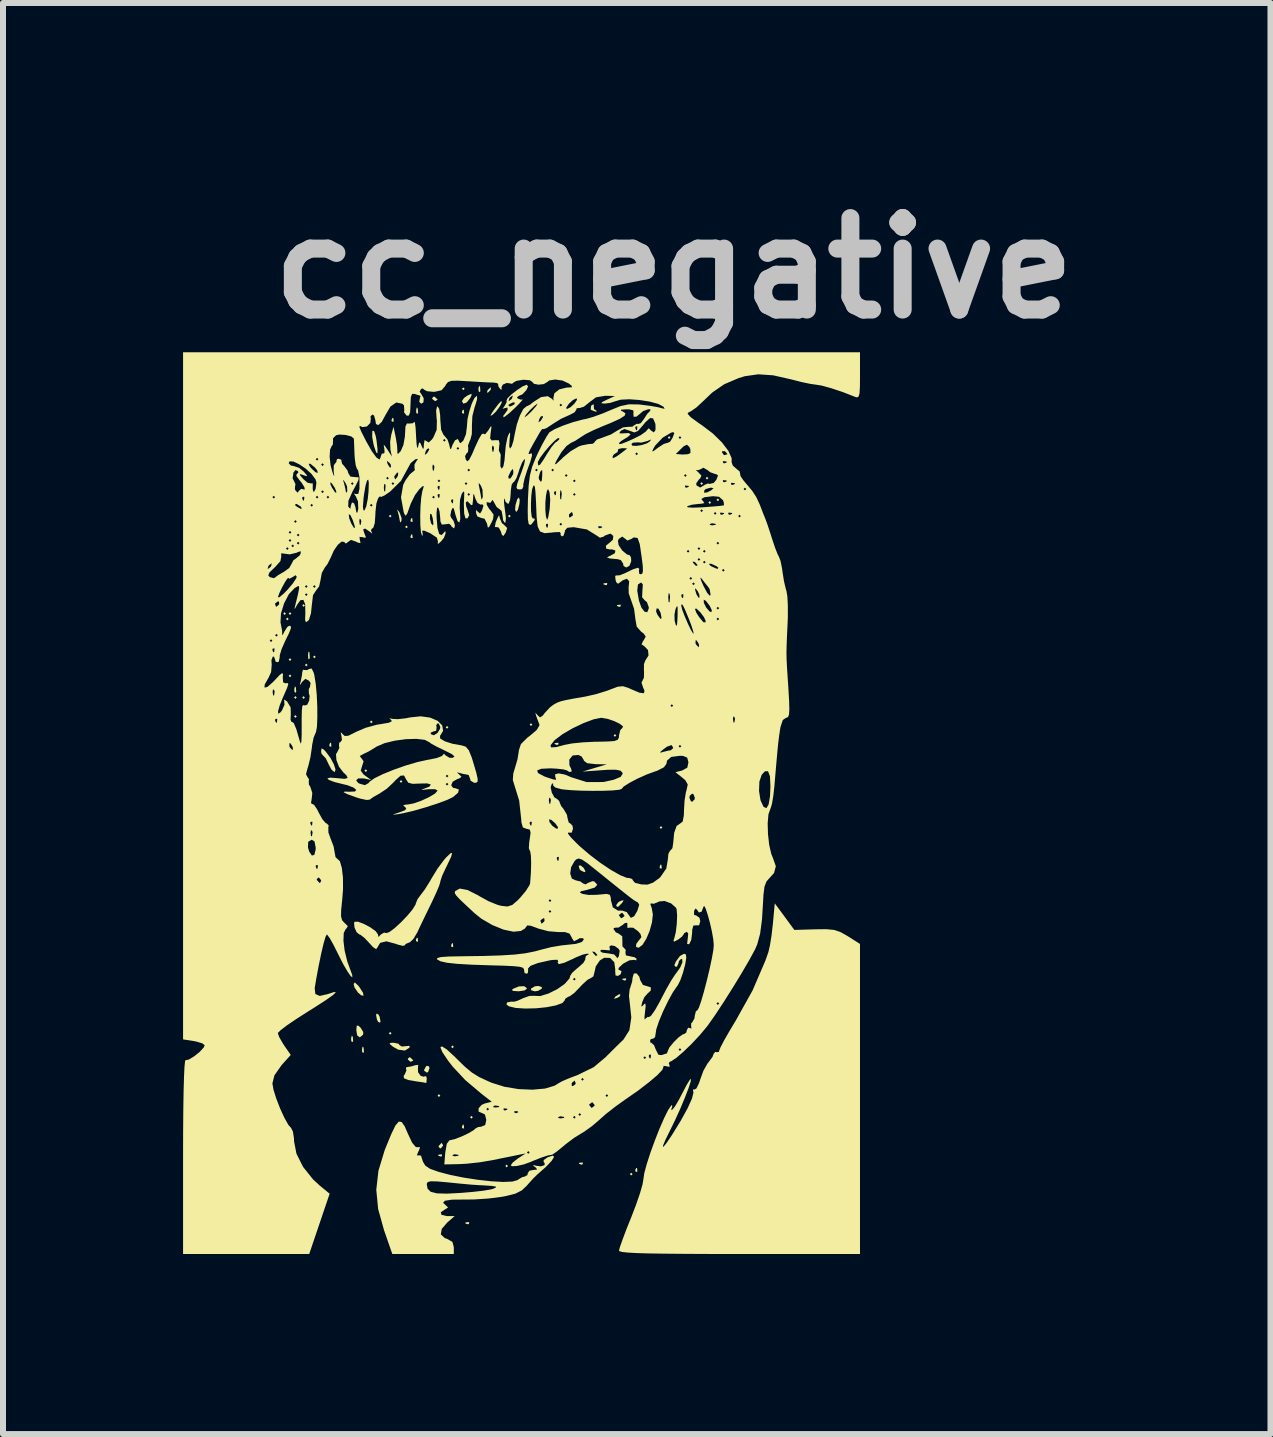
<source format=kicad_pcb>
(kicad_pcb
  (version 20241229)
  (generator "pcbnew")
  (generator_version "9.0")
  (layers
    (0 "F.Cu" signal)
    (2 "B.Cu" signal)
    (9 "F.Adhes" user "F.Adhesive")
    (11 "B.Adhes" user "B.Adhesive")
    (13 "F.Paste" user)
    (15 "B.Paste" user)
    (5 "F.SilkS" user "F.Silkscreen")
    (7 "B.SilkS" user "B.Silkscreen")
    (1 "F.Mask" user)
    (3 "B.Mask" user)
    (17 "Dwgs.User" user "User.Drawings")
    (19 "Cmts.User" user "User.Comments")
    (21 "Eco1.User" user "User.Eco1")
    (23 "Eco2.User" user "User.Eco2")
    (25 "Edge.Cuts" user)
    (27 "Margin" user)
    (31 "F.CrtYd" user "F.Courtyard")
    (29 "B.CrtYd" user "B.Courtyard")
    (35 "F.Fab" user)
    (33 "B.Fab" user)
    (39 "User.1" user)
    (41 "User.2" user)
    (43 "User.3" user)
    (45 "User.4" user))
  (footprint "cc_negative"
    (layer "F.Cu")
    (at 5.639 10.308)
    (property "Reference" "cc_negative" (at 2.54 -8.89 0) (layer "Dwgs.User") (effects (font (size 1.524 1.524) (thickness 0.3))))
    (attr through_hole)
    (fp_poly (pts (xy -3.925 -3.136) (xy -3.948 -3.113) (xy -3.97 -3.136) (xy -3.948 -3.158)) (stroke (width 0) (type solid)) (fill yes) (layer "F.SilkS"))
    (fp_poly (pts (xy -3.88 -3.045) (xy -3.902 -3.023) (xy -3.925 -3.045) (xy -3.902 -3.068)) (stroke (width 0) (type solid)) (fill yes) (layer "F.SilkS"))
    (fp_poly (pts (xy -3.835 -3.136) (xy -3.857 -3.113) (xy -3.88 -3.136) (xy -3.857 -3.158)) (stroke (width 0) (type solid)) (fill yes) (layer "F.SilkS"))
    (fp_poly (pts (xy -3.835 -2.369) (xy -3.857 -2.346) (xy -3.88 -2.369) (xy -3.857 -2.391)) (stroke (width 0) (type solid)) (fill yes) (layer "F.SilkS"))
    (fp_poly (pts (xy -3.835 -2.098) (xy -3.857 -2.075) (xy -3.88 -2.098) (xy -3.857 -2.12)) (stroke (width 0) (type solid)) (fill yes) (layer "F.SilkS"))
    (fp_poly (pts (xy -3.745 -1.737) (xy -3.767 -1.714) (xy -3.79 -1.737) (xy -3.767 -1.76)) (stroke (width 0) (type solid)) (fill yes) (layer "F.SilkS"))
    (fp_poly (pts (xy -3.745 -1.421) (xy -3.767 -1.399) (xy -3.79 -1.421) (xy -3.767 -1.444)) (stroke (width 0) (type solid)) (fill yes) (layer "F.SilkS"))
    (fp_poly (pts (xy -3.609 -3.271) (xy -3.632 -3.248) (xy -3.654 -3.271) (xy -3.632 -3.293)) (stroke (width 0) (type solid)) (fill yes) (layer "F.SilkS"))
    (fp_poly (pts (xy -3.609 -1.737) (xy -3.632 -1.714) (xy -3.654 -1.737) (xy -3.632 -1.76)) (stroke (width 0) (type solid)) (fill yes) (layer "F.SilkS"))
    (fp_poly (pts (xy -3.564 -2.278) (xy -3.587 -2.256) (xy -3.609 -2.278) (xy -3.587 -2.301)) (stroke (width 0) (type solid)) (fill yes) (layer "F.SilkS"))
    (fp_poly (pts (xy -3.429 -2.414) (xy -3.451 -2.391) (xy -3.474 -2.414) (xy -3.451 -2.436)) (stroke (width 0) (type solid)) (fill yes) (layer "F.SilkS"))
    (fp_poly (pts (xy -2.572 -0.519) (xy -2.594 -0.496) (xy -2.617 -0.519) (xy -2.594 -0.541)) (stroke (width 0) (type solid)) (fill yes) (layer "F.SilkS"))
    (fp_poly (pts (xy -2.481 -1.331) (xy -2.504 -1.308) (xy -2.526 -1.331) (xy -2.504 -1.353)) (stroke (width 0) (type solid)) (fill yes) (layer "F.SilkS"))
    (fp_poly (pts (xy -2.166 -4.76) (xy -2.188 -4.737) (xy -2.211 -4.76) (xy -2.188 -4.782)) (stroke (width 0) (type solid)) (fill yes) (layer "F.SilkS"))
    (fp_poly (pts (xy -2.166 3.857) (xy -2.188 3.88) (xy -2.211 3.857) (xy -2.188 3.835)) (stroke (width 0) (type solid)) (fill yes) (layer "F.SilkS"))
    (fp_poly (pts (xy -1.985 -0.338) (xy -2.008 -0.316) (xy -2.03 -0.338) (xy -2.008 -0.361)) (stroke (width 0) (type solid)) (fill yes) (layer "F.SilkS"))
    (fp_poly (pts (xy -1.895 -4.579) (xy -1.917 -4.557) (xy -1.94 -4.579) (xy -1.917 -4.602)) (stroke (width 0) (type solid)) (fill yes) (layer "F.SilkS"))
    (fp_poly (pts (xy -1.353 4.895) (xy -1.376 4.918) (xy -1.399 4.895) (xy -1.376 4.872)) (stroke (width 0) (type solid)) (fill yes) (layer "F.SilkS"))
    (fp_poly (pts (xy -1.218 -1.241) (xy -1.241 -1.218) (xy -1.263 -1.241) (xy -1.241 -1.263)) (stroke (width 0) (type solid)) (fill yes) (layer "F.SilkS"))
    (fp_poly (pts (xy -1.128 4.083) (xy -1.15 4.106) (xy -1.173 4.083) (xy -1.15 4.06)) (stroke (width 0) (type solid)) (fill yes) (layer "F.SilkS"))
    (fp_poly (pts (xy -0.947 -6.88) (xy -0.97 -6.858) (xy -0.993 -6.88) (xy -0.97 -6.903)) (stroke (width 0) (type solid)) (fill yes) (layer "F.SilkS"))
    (fp_poly (pts (xy -0.812 5.256) (xy -0.835 5.279) (xy -0.857 5.256) (xy -0.835 5.233)) (stroke (width 0) (type solid)) (fill yes) (layer "F.SilkS"))
    (fp_poly (pts (xy -0.226 6.068) (xy -0.248 6.091) (xy -0.271 6.068) (xy -0.248 6.045)) (stroke (width 0) (type solid)) (fill yes) (layer "F.SilkS"))
    (fp_poly (pts (xy -0.18 -4.76) (xy -0.203 -4.737) (xy -0.226 -4.76) (xy -0.203 -4.782)) (stroke (width 0) (type solid)) (fill yes) (layer "F.SilkS"))
    (fp_poly (pts (xy 0.18 -1.286) (xy 0.158 -1.263) (xy 0.135 -1.286) (xy 0.158 -1.308)) (stroke (width 0) (type solid)) (fill yes) (layer "F.SilkS"))
    (fp_poly (pts (xy 1.579 -1.105) (xy 1.556 -1.083) (xy 1.534 -1.105) (xy 1.556 -1.128)) (stroke (width 0) (type solid)) (fill yes) (layer "F.SilkS"))
    (fp_poly (pts (xy 1.85 6.203) (xy 1.827 6.226) (xy 1.805 6.203) (xy 1.827 6.181)) (stroke (width 0) (type solid)) (fill yes) (layer "F.SilkS"))
    (fp_poly (pts (xy 2.346 0.429) (xy 2.323 0.451) (xy 2.301 0.429) (xy 2.323 0.406)) (stroke (width 0) (type solid)) (fill yes) (layer "F.SilkS"))
    (fp_poly (pts (xy 2.481 -6.068) (xy 2.459 -6.045) (xy 2.436 -6.068) (xy 2.459 -6.091)) (stroke (width 0) (type solid)) (fill yes) (layer "F.SilkS"))
    (fp_poly (pts (xy 3.023 -5.301) (xy 3 -5.279) (xy 2.978 -5.301) (xy 3 -5.324)) (stroke (width 0) (type solid)) (fill yes) (layer "F.SilkS"))
    (fp_poly (pts (xy 3.113 -5.391) (xy 3.09 -5.369) (xy 3.068 -5.391) (xy 3.09 -5.414)) (stroke (width 0) (type solid)) (fill yes) (layer "F.SilkS"))
    (fp_poly (pts (xy 3.158 -4.985) (xy 3.136 -4.963) (xy 3.113 -4.985) (xy 3.136 -5.008)) (stroke (width 0) (type solid)) (fill yes) (layer "F.SilkS"))
    (fp_poly (pts (xy 3.293 -5.03) (xy 3.271 -5.008) (xy 3.248 -5.03) (xy 3.271 -5.053)) (stroke (width 0) (type solid)) (fill yes) (layer "F.SilkS"))
    (fp_poly (pts (xy -3.759 -1.903) (xy -3.754 -1.833) (xy -3.762 -1.817) (xy -3.783 -1.83) (xy -3.786 -1.876) (xy -3.775 -1.924)) (stroke (width 0) (type solid)) (fill yes) (layer "F.SilkS"))
    (fp_poly (pts (xy -3.534 -2.493) (xy -3.528 -2.4) (xy -3.534 -2.38) (xy -3.551 -2.374) (xy -3.557 -2.436) (xy -3.55 -2.5)) (stroke (width 0) (type solid)) (fill yes) (layer "F.SilkS"))
    (fp_poly (pts (xy -3.173 -0.978) (xy -3.168 -0.924) (xy -3.173 -0.917) (xy -3.2 -0.924) (xy -3.203 -0.947) (xy -3.187 -0.985)) (stroke (width 0) (type solid)) (fill yes) (layer "F.SilkS"))
    (fp_poly (pts (xy -2.811 3.917) (xy -2.806 3.987) (xy -2.815 4.003) (xy -2.836 3.99) (xy -2.839 3.944) (xy -2.828 3.896)) (stroke (width 0) (type solid)) (fill yes) (layer "F.SilkS"))
    (fp_poly (pts (xy -2.631 4.097) (xy -2.626 4.168) (xy -2.635 4.184) (xy -2.655 4.17) (xy -2.658 4.124) (xy -2.647 4.076)) (stroke (width 0) (type solid)) (fill yes) (layer "F.SilkS"))
    (fp_poly (pts (xy -2.135 -6.391) (xy -2.13 -6.338) (xy -2.135 -6.331) (xy -2.162 -6.337) (xy -2.166 -6.361) (xy -2.149 -6.398)) (stroke (width 0) (type solid)) (fill yes) (layer "F.SilkS"))
    (fp_poly (pts (xy -1.82 -4.722) (xy -1.814 -4.669) (xy -1.82 -4.662) (xy -1.846 -4.668) (xy -1.85 -4.692) (xy -1.833 -4.729)) (stroke (width 0) (type solid)) (fill yes) (layer "F.SilkS"))
    (fp_poly (pts (xy -1.82 -4.451) (xy -1.814 -4.398) (xy -1.82 -4.391) (xy -1.846 -4.397) (xy -1.85 -4.421) (xy -1.833 -4.458)) (stroke (width 0) (type solid)) (fill yes) (layer "F.SilkS"))
    (fp_poly (pts (xy -1.729 2.271) (xy -1.724 2.324) (xy -1.729 2.331) (xy -1.756 2.325) (xy -1.76 2.301) (xy -1.743 2.264)) (stroke (width 0) (type solid)) (fill yes) (layer "F.SilkS"))
    (fp_poly (pts (xy -1.729 -6.55) (xy -1.723 -6.48) (xy -1.732 -6.464) (xy -1.753 -6.477) (xy -1.756 -6.523) (xy -1.745 -6.571)) (stroke (width 0) (type solid)) (fill yes) (layer "F.SilkS"))
    (fp_poly (pts (xy -1.323 5.88) (xy -1.33 5.907) (xy -1.353 5.91) (xy -1.391 5.894) (xy -1.384 5.88) (xy -1.33 5.875)) (stroke (width 0) (type solid)) (fill yes) (layer "F.SilkS"))
    (fp_poly (pts (xy -1.143 2.361) (xy -1.138 2.415) (xy -1.143 2.421) (xy -1.17 2.415) (xy -1.173 2.391) (xy -1.156 2.354)) (stroke (width 0) (type solid)) (fill yes) (layer "F.SilkS"))
    (fp_poly (pts (xy -0.962 -6.527) (xy -0.957 -6.473) (xy -0.962 -6.467) (xy -0.989 -6.473) (xy -0.993 -6.497) (xy -0.976 -6.534)) (stroke (width 0) (type solid)) (fill yes) (layer "F.SilkS"))
    (fp_poly (pts (xy -0.962 5.384) (xy -0.957 5.437) (xy -0.962 5.444) (xy -0.989 5.438) (xy -0.993 5.414) (xy -0.976 5.377)) (stroke (width 0) (type solid)) (fill yes) (layer "F.SilkS"))
    (fp_poly (pts (xy -0.872 7.008) (xy -0.878 7.035) (xy -0.902 7.038) (xy -0.939 7.022) (xy -0.932 7.008) (xy -0.879 7.003)) (stroke (width 0) (type solid)) (fill yes) (layer "F.SilkS"))
    (fp_poly (pts (xy -0.691 -6.911) (xy -0.686 -6.841) (xy -0.695 -6.825) (xy -0.715 -6.838) (xy -0.718 -6.884) (xy -0.707 -6.932)) (stroke (width 0) (type solid)) (fill yes) (layer "F.SilkS"))
    (fp_poly (pts (xy 0.617 -0.978) (xy 0.61 -0.951) (xy 0.587 -0.947) (xy 0.549 -0.964) (xy 0.556 -0.978) (xy 0.61 -0.983)) (stroke (width 0) (type solid)) (fill yes) (layer "F.SilkS"))
    (fp_poly (pts (xy 1.023 6.015) (xy 1.016 6.042) (xy 0.993 6.045) (xy 0.955 6.029) (xy 0.962 6.015) (xy 1.016 6.01)) (stroke (width 0) (type solid)) (fill yes) (layer "F.SilkS"))
    (fp_poly (pts (xy 1.429 -3.639) (xy 1.422 -3.612) (xy 1.399 -3.609) (xy 1.361 -3.626) (xy 1.369 -3.639) (xy 1.422 -3.645)) (stroke (width 0) (type solid)) (fill yes) (layer "F.SilkS"))
    (fp_poly (pts (xy 1.654 -3.278) (xy 1.648 -3.252) (xy 1.624 -3.248) (xy 1.587 -3.265) (xy 1.594 -3.278) (xy 1.648 -3.284)) (stroke (width 0) (type solid)) (fill yes) (layer "F.SilkS"))
    (fp_poly (pts (xy 1.744 2.948) (xy 1.738 2.974) (xy 1.714 2.978) (xy 1.677 2.961) (xy 1.684 2.948) (xy 1.738 2.942)) (stroke (width 0) (type solid)) (fill yes) (layer "F.SilkS"))
    (fp_poly (pts (xy 1.925 6.106) (xy 1.93 6.159) (xy 1.925 6.166) (xy 1.898 6.16) (xy 1.895 6.136) (xy 1.911 6.099)) (stroke (width 0) (type solid)) (fill yes) (layer "F.SilkS"))
    (fp_poly (pts (xy 2.331 1.053) (xy 2.336 1.106) (xy 2.331 1.113) (xy 2.304 1.107) (xy 2.301 1.083) (xy 2.317 1.046)) (stroke (width 0) (type solid)) (fill yes) (layer "F.SilkS"))
    (fp_poly (pts (xy 1.037 1.104) (xy 1.066 1.161) (xy 1.046 1.173) (xy 0.98 1.14) (xy 0.968 1.125) (xy 0.951 1.066) (xy 0.986 1.061)) (stroke (width 0) (type solid)) (fill yes) (layer "F.SilkS"))
    (fp_poly (pts (xy 1.648 3.212) (xy 1.634 3.245) (xy 1.592 3.268) (xy 1.54 3.282) (xy 1.561 3.249) (xy 1.567 3.243) (xy 1.626 3.207)) (stroke (width 0) (type solid)) (fill yes) (layer "F.SilkS"))
    (fp_poly (pts (xy -2.717 3.731) (xy -2.681 3.764) (xy -2.637 3.837) (xy -2.639 3.88) (xy -2.694 3.925) (xy -2.738 3.892) (xy -2.752 3.809) (xy -2.746 3.73)) (stroke (width 0) (type solid)) (fill yes) (layer "F.SilkS"))
    (fp_poly (pts (xy -2.384 3.544) (xy -2.364 3.582) (xy -2.35 3.658) (xy -2.357 3.681) (xy -2.389 3.666) (xy -2.409 3.627) (xy -2.423 3.552) (xy -2.416 3.529)) (stroke (width 0) (type solid)) (fill yes) (layer "F.SilkS"))
    (fp_poly (pts (xy -1.85 4.263) (xy -1.807 4.304) (xy -1.805 4.311) (xy -1.84 4.331) (xy -1.85 4.331) (xy -1.893 4.296) (xy -1.895 4.283) (xy -1.867 4.256)) (stroke (width 0) (type solid)) (fill yes) (layer "F.SilkS"))
    (fp_poly (pts (xy -1.54 4.409) (xy -1.534 4.441) (xy -1.557 4.503) (xy -1.579 4.512) (xy -1.623 4.479) (xy -1.624 4.469) (xy -1.591 4.408) (xy -1.579 4.399)) (stroke (width 0) (type solid)) (fill yes) (layer "F.SilkS"))
    (fp_poly (pts (xy -1.444 -6.745) (xy -1.401 -6.704) (xy -1.399 -6.697) (xy -1.433 -6.678) (xy -1.444 -6.677) (xy -1.487 -6.712) (xy -1.489 -6.725) (xy -1.461 -6.752)) (stroke (width 0) (type solid)) (fill yes) (layer "F.SilkS"))
    (fp_poly (pts (xy -1.309 5.719) (xy -1.308 5.73) (xy -1.343 5.773) (xy -1.356 5.775) (xy -1.383 5.747) (xy -1.376 5.73) (xy -1.335 5.687) (xy -1.328 5.685)) (stroke (width 0) (type solid)) (fill yes) (layer "F.SilkS"))
    (fp_poly (pts (xy -0.51 -6.874) (xy -0.519 -6.858) (xy -0.561 -6.814) (xy -0.569 -6.812) (xy -0.572 -6.842) (xy -0.564 -6.858) (xy -0.521 -6.901) (xy -0.514 -6.903)) (stroke (width 0) (type solid)) (fill yes) (layer "F.SilkS"))
    (fp_poly (pts (xy -0.03 -5.025) (xy -0.036 -4.96) (xy -0.06 -4.866) (xy -0.089 -4.827) (xy -0.107 -4.865) (xy -0.101 -4.941) (xy -0.071 -5.042) (xy -0.043 -5.071)) (stroke (width 0) (type solid)) (fill yes) (layer "F.SilkS"))
    (fp_poly (pts (xy 0.337 3.086) (xy 0.338 3.113) (xy 0.275 3.15) (xy 0.22 3.158) (xy 0.16 3.14) (xy 0.158 3.113) (xy 0.221 3.075) (xy 0.276 3.068)) (stroke (width 0) (type solid)) (fill yes) (layer "F.SilkS"))
    (fp_poly (pts (xy 1.681 1.677) (xy 1.67 1.691) (xy 1.607 1.753) (xy 1.58 1.739) (xy 1.579 1.719) (xy 1.615 1.671) (xy 1.653 1.651) (xy 1.702 1.639)) (stroke (width 0) (type solid)) (fill yes) (layer "F.SilkS"))
    (fp_poly (pts (xy -2.721 3.063) (xy -2.702 3.087) (xy -2.642 3.18) (xy -2.632 3.231) (xy -2.671 3.225) (xy -2.724 3.18) (xy -2.783 3.092) (xy -2.797 3.036) (xy -2.778 3.01)) (stroke (width 0) (type solid)) (fill yes) (layer "F.SilkS"))
    (fp_poly (pts (xy -2.053 -4.849) (xy -2.03 -4.814) (xy -1.998 -4.725) (xy -2.001 -4.679) (xy -2.021 -4.65) (xy -2.027 -4.677) (xy -2.043 -4.763) (xy -2.056 -4.812) (xy -2.072 -4.869)) (stroke (width 0) (type solid)) (fill yes) (layer "F.SilkS"))
    (fp_poly (pts (xy -0.834 -6.769) (xy -0.855 -6.726) (xy -0.913 -6.653) (xy -0.967 -6.632) (xy -0.993 -6.673) (xy -0.993 -6.676) (xy -0.957 -6.728) (xy -0.899 -6.769) (xy -0.834 -6.798)) (stroke (width 0) (type solid)) (fill yes) (layer "F.SilkS"))
    (fp_poly (pts (xy -0.33 -6.648) (xy -0.367 -6.58) (xy -0.427 -6.5) (xy -0.481 -6.448) (xy -0.518 -6.427) (xy -0.499 -6.469) (xy -0.458 -6.53) (xy -0.388 -6.623) (xy -0.34 -6.674) (xy -0.334 -6.677)) (stroke (width 0) (type solid)) (fill yes) (layer "F.SilkS"))
    (fp_poly (pts (xy 0.089 3.106) (xy 0.09 3.113) (xy 0.051 3.143) (xy -0.045 3.157) (xy -0.056 3.157) (xy -0.147 3.151) (xy -0.157 3.13) (xy -0.135 3.113) (xy -0.042 3.076) (xy 0.045 3.073)) (stroke (width 0) (type solid)) (fill yes) (layer "F.SilkS"))
    (fp_poly (pts (xy 1.202 -6.598) (xy 1.208 -6.541) (xy 1.229 -6.527) (xy 1.259 -6.506) (xy 1.232 -6.5) (xy 1.162 -6.527) (xy 1.152 -6.539) (xy 1.159 -6.596) (xy 1.179 -6.613) (xy 1.211 -6.619)) (stroke (width 0) (type solid)) (fill yes) (layer "F.SilkS"))
    (fp_poly (pts (xy -2.456 -6.174) (xy -2.43 -6.096) (xy -2.416 -6.023) (xy -2.399 -5.875) (xy -2.401 -5.805) (xy -2.42 -5.817) (xy -2.454 -5.914) (xy -2.465 -5.954) (xy -2.488 -6.078) (xy -2.486 -6.169) (xy -2.48 -6.183)) (stroke (width 0) (type solid)) (fill yes) (layer "F.SilkS"))
    (fp_poly (pts (xy -2.051 4.031) (xy -2.03 4.056) (xy -1.994 4.078) (xy -1.933 4.072) (xy -1.865 4.066) (xy -1.868 4.098) (xy -1.943 4.145) (xy -2.055 4.13) (xy -2.14 4.082) (xy -2.2 4.032) (xy -2.183 4.017) (xy -2.129 4.015)) (stroke (width 0) (type solid)) (fill yes) (layer "F.SilkS"))
    (fp_poly (pts (xy -3.296 -0.871) (xy -3.259 -0.832) (xy -3.184 -0.731) (xy -3.127 -0.625) (xy -3.099 -0.538) (xy -3.112 -0.497) (xy -3.118 -0.496) (xy -3.165 -0.534) (xy -3.215 -0.626) (xy -3.217 -0.632) (xy -3.262 -0.725) (xy -3.302 -0.767) (xy -3.303 -0.767) (xy -3.334 -0.804) (xy -3.339 -0.843) (xy -3.331 -0.89)) (stroke (width 0) (type solid)) (fill yes) (layer "F.SilkS"))
    (fp_poly (pts (xy -0.365 -4.746) (xy -0.364 -4.728) (xy -0.326 -4.642) (xy -0.288 -4.61) (xy -0.239 -4.561) (xy -0.264 -4.485) (xy -0.264 -4.484) (xy -0.304 -4.427) (xy -0.328 -4.45) (xy -0.343 -4.5) (xy -0.379 -4.568) (xy -0.411 -4.576) (xy -0.445 -4.577) (xy -0.431 -4.653) (xy -0.406 -4.715) (xy -0.376 -4.772)) (stroke (width 0) (type solid)) (fill yes) (layer "F.SilkS"))
    (fp_poly (pts (xy -1.726 4.433) (xy -1.724 4.505) (xy -1.681 4.566) (xy -1.627 4.582) (xy -1.609 4.571) (xy -1.584 4.581) (xy -1.579 4.617) (xy -1.585 4.678) (xy -1.59 4.685) (xy -1.638 4.675) (xy -1.737 4.661) (xy -1.737 4.661) (xy -1.886 4.636) (xy -1.958 4.607) (xy -1.964 4.568) (xy -1.945 4.541) (xy -1.917 4.475) (xy -1.925 4.451) (xy -1.921 4.423) (xy -1.906 4.421) (xy -1.824 4.406) (xy -1.778 4.391) (xy -1.721 4.383)) (stroke (width 0) (type solid)) (fill yes) (layer "F.SilkS"))
    (fp_poly (pts (xy 0.109 -6.918) (xy 0.08 -6.858) (xy 0.013 -6.787) (xy -0.036 -6.767) (xy -0.074 -6.742) (xy -0.067 -6.721) (xy -0.01 -6.698) (xy 0.014 -6.706) (xy 0.016 -6.696) (xy -0.035 -6.637) (xy -0.099 -6.572) (xy -0.2 -6.478) (xy -0.276 -6.418) (xy -0.3 -6.406) (xy -0.304 -6.431) (xy -0.28 -6.461) (xy -0.232 -6.528) (xy -0.234 -6.568) (xy -0.282 -6.558) (xy -0.316 -6.545) (xy -0.288 -6.587) (xy -0.282 -6.594) (xy -0.272 -6.613) (xy -0.219 -6.613) (xy -0.208 -6.589) (xy -0.183 -6.587) (xy -0.122 -6.62) (xy -0.113 -6.631) (xy -0.12 -6.657) (xy -0.156 -6.649) (xy -0.219 -6.613) (xy -0.272 -6.613) (xy -0.247 -6.66) (xy -0.249 -6.68) (xy -0.215 -6.68) (xy -0.208 -6.677) (xy -0.167 -6.709) (xy -0.158 -6.722) (xy -0.146 -6.764) (xy -0.153 -6.767) (xy -0.194 -6.736) (xy -0.203 -6.722) (xy -0.215 -6.68) (xy -0.249 -6.68) (xy -0.25 -6.686) (xy -0.233 -6.724) (xy -0.165 -6.789) (xy -0.072 -6.861) (xy 0.019 -6.921) (xy 0.085 -6.948) (xy 0.088 -6.948)) (stroke (width 0) (type solid)) (fill yes) (layer "F.SilkS"))
    (fp_poly (pts (xy -1.174 0.919) (xy -1.239 1.057) (xy -1.268 1.115) (xy -1.322 1.232) (xy -1.351 1.319) (xy -1.353 1.334) (xy -1.372 1.398) (xy -1.422 1.517) (xy -1.493 1.67) (xy -1.506 1.697) (xy -1.593 1.875) (xy -1.676 2.047) (xy -1.736 2.175) (xy -1.737 2.177) (xy -1.8 2.283) (xy -1.861 2.342) (xy -1.877 2.346) (xy -1.934 2.371) (xy -1.94 2.389) (xy -1.976 2.401) (xy -2.066 2.378) (xy -2.095 2.367) (xy -2.251 2.325) (xy -2.355 2.35) (xy -2.4 2.426) (xy -2.423 2.456) (xy -2.476 2.42) (xy -2.535 2.355) (xy -2.62 2.265) (xy -2.688 2.214) (xy -2.701 2.211) (xy -2.747 2.174) (xy -2.783 2.094) (xy -2.79 2.018) (xy -2.781 1.999) (xy -2.724 1.998) (xy -2.626 2.035) (xy -2.518 2.093) (xy -2.429 2.157) (xy -2.392 2.21) (xy -2.392 2.211) (xy -2.382 2.254) (xy -2.35 2.216) (xy -2.289 2.179) (xy -2.256 2.188) (xy -2.204 2.172) (xy -2.115 2.106) (xy -2.007 2.007) (xy -1.9 1.895) (xy -1.813 1.79) (xy -1.764 1.709) (xy -1.76 1.69) (xy -1.732 1.622) (xy -1.681 1.553) (xy -1.612 1.462) (xy -1.529 1.329) (xy -1.491 1.263) (xy -1.397 1.11) (xy -1.29 0.967) (xy -1.253 0.925) (xy -1.182 0.857) (xy -1.155 0.854)) (stroke (width 0) (type solid)) (fill yes) (layer "F.SilkS"))
    (fp_poly (pts (xy 4.382 1.913) (xy 4.545 2.135) (xy 4.891 2.125) (xy 5.077 2.123) (xy 5.206 2.135) (xy 5.31 2.169) (xy 5.421 2.231) (xy 5.438 2.241) (xy 5.639 2.369) (xy 5.639 4.951) (xy 5.639 7.534) (xy 3.632 7.534) (xy 3.135 7.534) (xy 2.721 7.532) (xy 2.385 7.529) (xy 2.119 7.525) (xy 1.918 7.519) (xy 1.774 7.511) (xy 1.682 7.501) (xy 1.634 7.489) (xy 1.624 7.478) (xy 1.64 7.415) (xy 1.685 7.289) (xy 1.75 7.116) (xy 1.827 6.925) (xy 1.907 6.716) (xy 1.973 6.525) (xy 2.016 6.375) (xy 2.03 6.292) (xy 2.045 6.188) (xy 2.087 6.033) (xy 2.148 5.845) (xy 2.221 5.644) (xy 2.299 5.446) (xy 2.375 5.272) (xy 2.442 5.137) (xy 2.492 5.063) (xy 2.508 5.053) (xy 2.511 5.083) (xy 2.5 5.105) (xy 2.494 5.136) (xy 2.514 5.128) (xy 2.557 5.075) (xy 2.622 4.965) (xy 2.683 4.848) (xy 2.75 4.72) (xy 2.801 4.636) (xy 2.824 4.614) (xy 2.818 4.664) (xy 2.781 4.776) (xy 2.721 4.931) (xy 2.646 5.111) (xy 2.562 5.296) (xy 2.479 5.467) (xy 2.478 5.468) (xy 2.395 5.638) (xy 2.356 5.733) (xy 2.361 5.752) (xy 2.41 5.694) (xy 2.502 5.558) (xy 2.508 5.549) (xy 2.655 5.31) (xy 2.767 5.106) (xy 2.839 4.947) (xy 2.865 4.844) (xy 2.859 4.819) (xy 2.856 4.789) (xy 2.875 4.797) (xy 2.914 4.776) (xy 2.958 4.685) (xy 2.977 4.627) (xy 3.03 4.482) (xy 3.097 4.363) (xy 3.118 4.336) (xy 3.181 4.252) (xy 3.203 4.195) (xy 3.231 4.166) (xy 3.248 4.173) (xy 3.29 4.166) (xy 3.293 4.147) (xy 3.316 4.089) (xy 3.377 3.972) (xy 3.468 3.814) (xy 3.566 3.651) (xy 3.849 3.144) (xy 4.062 2.649) (xy 4.113 2.504) (xy 4.139 2.391) (xy 4.166 2.224) (xy 4.187 2.038) (xy 4.188 2.03) (xy 4.219 1.692)) (stroke (width 0) (type solid)) (fill yes) (layer "F.SilkS"))
    (fp_poly (pts (xy -1.997 5.335) (xy -1.947 5.407) (xy -1.895 5.526) (xy -1.822 5.681) (xy -1.762 5.752) (xy -1.73 5.756) (xy -1.691 5.752) (xy -1.706 5.803) (xy -1.718 5.826) (xy -1.745 5.892) (xy -1.719 5.891) (xy -1.719 5.89) (xy -1.674 5.896) (xy -1.668 5.919) (xy -1.641 6) (xy -1.603 6.062) (xy -1.524 6.115) (xy -1.379 6.167) (xy -1.186 6.217) (xy -0.963 6.262) (xy -0.73 6.298) (xy -0.505 6.323) (xy -0.307 6.334) (xy -0.154 6.328) (xy -0.065 6.303) (xy -0.055 6.294) (xy 0.015 6.252) (xy 0.045 6.248) (xy 0.099 6.219) (xy 0.102 6.192) (xy 0.13 6.148) (xy 0.192 6.135) (xy 0.259 6.128) (xy 0.244 6.1) (xy 0.226 6.086) (xy 0.186 6.052) (xy 0.225 6.059) (xy 0.241 6.064) (xy 0.324 6.074) (xy 0.382 6.055) (xy 0.387 6.021) (xy 0.369 6.005) (xy 0.369 5.969) (xy 0.432 5.925) (xy 0.52 5.895) (xy 0.543 5.915) (xy 0.503 5.981) (xy 0.405 6.084) (xy 0.264 6.209) (xy 0.195 6.276) (xy 0.105 6.376) (xy 0.089 6.395) (xy 0.004 6.475) (xy -0.103 6.529) (xy -0.261 6.569) (xy -0.33 6.582) (xy -0.549 6.61) (xy -0.793 6.626) (xy -0.95 6.627) (xy -1.157 6.629) (xy -1.277 6.647) (xy -1.307 6.681) (xy -1.263 6.722) (xy -1.224 6.759) (xy -1.269 6.789) (xy -1.276 6.792) (xy -1.346 6.839) (xy -1.334 6.882) (xy -1.246 6.902) (xy -1.234 6.903) (xy -1.114 6.903) (xy -1.234 7.006) (xy -1.329 7.116) (xy -1.345 7.207) (xy -1.279 7.269) (xy -1.241 7.282) (xy -1.151 7.333) (xy -1.128 7.422) (xy -1.128 7.534) (xy -2.153 7.534) (xy -2.29 7.14) (xy -2.389 6.785) (xy -2.42 6.464) (xy -2.409 6.369) (xy -1.579 6.369) (xy -1.565 6.447) (xy -1.513 6.498) (xy -1.411 6.524) (xy -1.245 6.529) (xy -1.015 6.517) (xy -0.813 6.5) (xy -0.638 6.48) (xy -0.513 6.459) (xy -0.474 6.449) (xy -0.426 6.426) (xy -0.429 6.411) (xy -0.494 6.4) (xy -0.633 6.391) (xy -0.699 6.388) (xy -0.835 6.379) (xy -1.021 6.362) (xy -1.219 6.342) (xy -1.229 6.341) (xy -1.408 6.325) (xy -1.515 6.323) (xy -1.566 6.338) (xy -1.579 6.369) (xy -2.409 6.369) (xy -2.384 6.147) (xy -2.28 5.805) (xy -2.259 5.752) (xy -2.168 5.532) (xy -2.1 5.392) (xy -2.045 5.328)) (stroke (width 0) (type solid)) (fill yes) (layer "F.SilkS"))
    (fp_poly (pts (xy -1.522 -1.402) (xy -1.397 -1.348) (xy -1.321 -1.271) (xy -1.307 -1.181) (xy -1.358 -1.097) (xy -1.355 -1.054) (xy -1.279 -1.008) (xy -1.149 -0.966) (xy -0.995 -0.939) (xy -0.928 -0.917) (xy -0.878 -0.857) (xy -0.83 -0.739) (xy -0.804 -0.654) (xy -0.754 -0.485) (xy -0.731 -0.384) (xy -0.732 -0.334) (xy -0.757 -0.318) (xy -0.79 -0.316) (xy -0.849 -0.352) (xy -0.857 -0.383) (xy -0.88 -0.444) (xy -0.899 -0.451) (xy -0.974 -0.464) (xy -1.023 -0.478) (xy -1.076 -0.491) (xy -1.05 -0.465) (xy -1.038 -0.455) (xy -1 -0.415) (xy -1.039 -0.388) (xy -1.071 -0.378) (xy -1.147 -0.334) (xy -1.172 -0.275) (xy -1.141 -0.232) (xy -1.105 -0.226) (xy -1.044 -0.205) (xy -1.057 -0.151) (xy -1.14 -0.079) (xy -1.141 -0.078) (xy -1.239 -0.031) (xy -1.398 0.028) (xy -1.589 0.09) (xy -1.787 0.147) (xy -1.962 0.189) (xy -2.053 0.206) (xy -2.133 0.215) (xy -2.134 0.209) (xy -2.051 0.182) (xy -2.033 0.176) (xy -1.937 0.139) (xy -1.921 0.107) (xy -1.943 0.087) (xy -1.972 0.057) (xy -1.919 0.046) (xy -1.898 0.046) (xy -1.796 0.027) (xy -1.668 -0.018) (xy -1.54 -0.077) (xy -1.441 -0.137) (xy -1.399 -0.185) (xy -1.399 -0.187) (xy -1.438 -0.209) (xy -1.536 -0.21) (xy -1.568 -0.207) (xy -1.652 -0.198) (xy -1.664 -0.203) (xy -1.647 -0.209) (xy -1.535 -0.252) (xy -1.511 -0.287) (xy -1.53 -0.293) (xy -1.263 -0.293) (xy -1.241 -0.271) (xy -1.218 -0.293) (xy -1.241 -0.316) (xy -1.263 -0.293) (xy -1.53 -0.293) (xy -1.571 -0.306) (xy -1.68 -0.304) (xy -1.815 -0.299) (xy -1.886 -0.317) (xy -1.919 -0.366) (xy -1.92 -0.368) (xy -1.953 -0.429) (xy -1.263 -0.429) (xy -1.241 -0.406) (xy -1.218 -0.429) (xy -1.241 -0.451) (xy -1.263 -0.429) (xy -1.953 -0.429) (xy -1.959 -0.438) (xy -2.016 -0.434) (xy -2.104 -0.355) (xy -2.128 -0.327) (xy -2.243 -0.219) (xy -2.369 -0.135) (xy -2.468 -0.08) (xy -2.526 -0.038) (xy -2.528 -0.036) (xy -2.581 -0.03) (xy -2.688 -0.053) (xy -2.753 -0.073) (xy -2.9 -0.126) (xy -2.964 -0.158) (xy -2.948 -0.17) (xy -2.873 -0.167) (xy -2.775 -0.171) (xy -2.753 -0.198) (xy -2.798 -0.236) (xy -2.901 -0.276) (xy -2.972 -0.293) (xy -3.12 -0.33) (xy -3.195 -0.359) (xy -2.755 -0.359) (xy -2.724 -0.315) (xy -2.696 -0.301) (xy -2.61 -0.277) (xy -2.552 -0.309) (xy -2.528 -0.337) (xy -2.45 -0.392) (xy -2.307 -0.462) (xy -2.124 -0.536) (xy -1.924 -0.606) (xy -1.729 -0.663) (xy -1.564 -0.699) (xy -1.542 -0.702) (xy -1.411 -0.729) (xy -1.326 -0.762) (xy -1.308 -0.784) (xy -1.29 -0.8) (xy -1.268 -0.774) (xy -1.198 -0.732) (xy -1.145 -0.733) (xy -1.117 -0.755) (xy -1.161 -0.794) (xy -1.284 -0.856) (xy -1.286 -0.857) (xy -1.415 -0.919) (xy -1.507 -0.97) (xy -1.534 -0.991) (xy -1.612 -1.032) (xy -1.751 -1.048) (xy -1.926 -1.043) (xy -2.112 -1.018) (xy -2.283 -0.976) (xy -2.415 -0.919) (xy -2.427 -0.911) (xy -2.542 -0.841) (xy -2.638 -0.794) (xy -2.695 -0.762) (xy -2.669 -0.726) (xy -2.667 -0.725) (xy -2.631 -0.674) (xy -2.656 -0.597) (xy -2.679 -0.519) (xy -2.633 -0.456) (xy -2.604 -0.434) (xy -2.504 -0.362) (xy -2.628 -0.389) (xy -2.718 -0.39) (xy -2.755 -0.359) (xy -3.195 -0.359) (xy -3.21 -0.364) (xy -3.235 -0.391) (xy -3.187 -0.402) (xy -3.079 -0.394) (xy -2.947 -0.382) (xy -2.896 -0.397) (xy -2.919 -0.443) (xy -2.97 -0.491) (xy -3.041 -0.583) (xy -3.084 -0.695) (xy -3.091 -0.792) (xy -3.065 -0.836) (xy -3.035 -0.898) (xy -3.041 -0.929) (xy -3.038 -0.985) (xy -3.018 -0.993) (xy -2.992 -1.029) (xy -3 -1.094) (xy -3.013 -1.157) (xy -2.992 -1.142) (xy -2.983 -1.129) (xy -2.944 -1.095) (xy -2.883 -1.101) (xy -2.782 -1.151) (xy -1.514 -1.151) (xy -1.51 -1.126) (xy -1.461 -1.108) (xy -1.4 -1.146) (xy -1.358 -1.216) (xy -1.353 -1.246) (xy -1.379 -1.303) (xy -1.397 -1.308) (xy -1.422 -1.275) (xy -1.415 -1.241) (xy -1.422 -1.183) (xy -1.464 -1.173) (xy -1.514 -1.151) (xy -2.782 -1.151) (xy -2.777 -1.154) (xy -2.756 -1.165) (xy -2.596 -1.233) (xy -2.41 -1.284) (xy -2.345 -1.294) (xy -2.21 -1.317) (xy -2.16 -1.342) (xy -2.174 -1.364) (xy -2.202 -1.392) (xy -2.153 -1.381) (xy -2.063 -1.376) (xy -1.927 -1.391) (xy -1.86 -1.405) (xy -1.681 -1.424)) (stroke (width 0) (type solid)) (fill yes) (layer "F.SilkS"))
    (fp_poly (pts (xy 5.639 -7.101) (xy 5.638 -6.914) (xy 5.631 -6.802) (xy 5.614 -6.748) (xy 5.586 -6.737) (xy 5.56 -6.745) (xy 5.355 -6.825) (xy 5.16 -6.89) (xy 5.001 -6.934) (xy 4.907 -6.949) (xy 4.813 -6.962) (xy 4.665 -6.993) (xy 4.493 -7.037) (xy 4.489 -7.038) (xy 4.192 -7.105) (xy 3.944 -7.122) (xy 3.72 -7.09) (xy 3.618 -7.059) (xy 3.377 -6.956) (xy 3.177 -6.818) (xy 3.023 -6.671) (xy 2.915 -6.571) (xy 2.819 -6.504) (xy 2.784 -6.489) (xy 2.766 -6.465) (xy 2.819 -6.407) (xy 2.947 -6.313) (xy 3.009 -6.271) (xy 3.187 -6.136) (xy 3.337 -5.989) (xy 3.446 -5.846) (xy 3.501 -5.724) (xy 3.5 -5.659) (xy 3.52 -5.601) (xy 3.573 -5.554) (xy 3.634 -5.503) (xy 3.64 -5.475) (xy 3.648 -5.427) (xy 3.692 -5.361) (xy 3.783 -5.252) (xy 3.841 -5.183) (xy 3.91 -5.078) (xy 3.97 -4.95) (xy 4.019 -4.821) (xy 4.062 -4.715) (xy 4.062 -4.715) (xy 4.096 -4.622) (xy 4.143 -4.48) (xy 4.176 -4.376) (xy 4.224 -4.233) (xy 4.267 -4.123) (xy 4.288 -4.083) (xy 4.315 -4.013) (xy 4.34 -3.89) (xy 4.348 -3.831) (xy 4.372 -3.678) (xy 4.403 -3.546) (xy 4.413 -3.515) (xy 4.429 -3.423) (xy 4.437 -3.268) (xy 4.437 -3.076) (xy 4.433 -2.978) (xy 4.423 -2.766) (xy 4.417 -2.613) (xy 4.414 -2.492) (xy 4.416 -2.376) (xy 4.423 -2.239) (xy 4.435 -2.055) (xy 4.445 -1.906) (xy 4.458 -1.684) (xy 4.462 -1.538) (xy 4.456 -1.451) (xy 4.439 -1.41) (xy 4.409 -1.399) (xy 4.407 -1.399) (xy 4.353 -1.362) (xy 4.315 -1.248) (xy 4.306 -1.195) (xy 4.293 -1.107) (xy 4.282 -1.022) (xy 4.271 -0.924) (xy 4.259 -0.794) (xy 4.243 -0.615) (xy 4.222 -0.37) (xy 4.214 -0.271) (xy 4.195 -0.1) (xy 4.172 0.036) (xy 4.149 0.113) (xy 4.146 0.117) (xy 4.114 0.208) (xy 4.101 0.357) (xy 4.106 0.537) (xy 4.126 0.717) (xy 4.161 0.869) (xy 4.187 0.933) (xy 4.237 1.073) (xy 4.207 1.187) (xy 4.138 1.263) (xy 4.08 1.329) (xy 4.047 1.418) (xy 4.03 1.557) (xy 4.025 1.657) (xy 4.006 1.964) (xy 3.975 2.198) (xy 3.927 2.376) (xy 3.891 2.459) (xy 3.796 2.634) (xy 3.668 2.854) (xy 3.521 3.095) (xy 3.37 3.334) (xy 3.229 3.548) (xy 3.114 3.712) (xy 3.091 3.743) (xy 2.97 3.888) (xy 2.832 4.035) (xy 2.695 4.167) (xy 2.576 4.269) (xy 2.491 4.325) (xy 2.469 4.331) (xy 2.453 4.36) (xy 2.464 4.384) (xy 2.466 4.418) (xy 2.419 4.407) (xy 2.366 4.399) (xy 2.365 4.416) (xy 2.346 4.466) (xy 2.262 4.555) (xy 2.124 4.672) (xy 1.945 4.81) (xy 1.734 4.957) (xy 1.732 4.958) (xy 1.567 5.076) (xy 1.407 5.201) (xy 1.303 5.293) (xy 1.174 5.404) (xy 1.042 5.498) (xy 1 5.523) (xy 0.877 5.599) (xy 0.737 5.704) (xy 0.692 5.742) (xy 0.591 5.825) (xy 0.519 5.875) (xy 0.5 5.882) (xy 0.437 5.893) (xy 0.323 5.931) (xy 0.186 5.985) (xy 0.158 5.998) (xy 0.037 6.042) (xy -0.078 6.068) (xy -0.159 6.072) (xy -0.18 6.057) (xy -0.146 6.01) (xy -0.064 5.945) (xy -0.056 5.94) (xy 0.068 5.859) (xy -0.068 5.886) (xy -0.184 5.91) (xy -0.349 5.943) (xy -0.496 5.973) (xy -0.699 6.007) (xy -0.912 6.03) (xy -1.038 6.037) (xy -1.286 6.042) (xy -1.275 5.899) (xy -1.153 5.899) (xy -1.109 5.907) (xy -1.051 5.898) (xy -1.05 5.883) (xy -1.11 5.872) (xy -1.136 5.879) (xy -1.153 5.899) (xy -1.275 5.899) (xy -1.27 5.842) (xy 0.09 5.842) (xy 0.113 5.865) (xy 0.135 5.842) (xy 0.113 5.82) (xy 0.09 5.842) (xy -1.27 5.842) (xy -1.27 5.841) (xy -1.245 5.698) (xy -1.202 5.641) (xy -1.193 5.639) (xy -1.113 5.621) (xy -0.997 5.576) (xy -0.881 5.521) (xy -0.796 5.47) (xy -0.774 5.448) (xy -0.723 5.419) (xy -0.673 5.414) (xy -0.605 5.385) (xy -0.587 5.301) (xy -0.595 5.268) (xy 0.606 5.268) (xy 0.65 5.275) (xy 0.709 5.267) (xy 0.709 5.256) (xy 0.857 5.256) (xy 0.88 5.279) (xy 0.902 5.256) (xy 0.88 5.233) (xy 0.857 5.256) (xy 0.709 5.256) (xy 0.71 5.251) (xy 0.649 5.24) (xy 0.623 5.248) (xy 0.606 5.268) (xy -0.595 5.268) (xy -0.61 5.211) (xy 0.947 5.211) (xy 0.97 5.233) (xy 0.993 5.211) (xy 0.97 5.188) (xy 0.947 5.211) (xy -0.61 5.211) (xy -0.61 5.21) (xy -0.654 5.188) (xy -0.714 5.163) (xy -0.715 5.158) (xy -0.12 5.158) (xy -0.114 5.185) (xy -0.09 5.188) (xy -0.053 5.172) (xy -0.06 5.158) (xy -0.114 5.153) (xy -0.12 5.158) (xy -0.715 5.158) (xy -0.715 5.121) (xy -0.587 5.121) (xy -0.564 5.143) (xy -0.541 5.121) (xy -0.549 5.113) (xy -0.301 5.113) (xy -0.295 5.14) (xy -0.271 5.143) (xy -0.234 5.127) (xy -0.241 5.113) (xy -0.294 5.108) (xy -0.301 5.113) (xy -0.549 5.113) (xy -0.564 5.098) (xy -0.587 5.121) (xy -0.715 5.121) (xy -0.715 5.108) (xy -0.697 5.087) (xy -0.477 5.087) (xy -0.432 5.094) (xy -0.374 5.086) (xy -0.373 5.071) (xy -0.434 5.06) (xy -0.46 5.067) (xy -0.477 5.087) (xy -0.697 5.087) (xy -0.667 5.053) (xy 1.128 5.053) (xy 1.162 5.097) (xy 1.173 5.098) (xy 1.217 5.064) (xy 1.218 5.053) (xy 1.184 5.009) (xy 1.173 5.008) (xy 1.129 5.042) (xy 1.128 5.053) (xy -0.667 5.053) (xy -0.664 5.05) (xy -0.609 5.026) (xy -0.496 4.998) (xy -0.629 4.895) (xy 1.399 4.895) (xy 1.421 4.918) (xy 1.444 4.895) (xy 1.421 4.872) (xy 1.399 4.895) (xy -0.629 4.895) (xy -0.665 4.867) (xy -0.936 4.638) (xy -1.147 4.412) (xy -1.224 4.313) (xy -1.319 4.171) (xy -1.352 4.091) (xy -1.326 4.075) (xy -1.247 4.125) (xy -1.119 4.242) (xy -1.092 4.269) (xy -0.944 4.414) (xy -0.825 4.513) (xy -0.703 4.588) (xy -0.548 4.66) (xy -0.496 4.682) (xy -0.286 4.748) (xy -0.051 4.787) (xy 0.183 4.797) (xy 0.392 4.778) (xy 0.552 4.73) (xy 0.6 4.7) (xy 0.613 4.692) (xy 0.835 4.692) (xy 0.838 4.734) (xy 0.855 4.737) (xy 0.9 4.704) (xy 0.902 4.692) (xy 0.887 4.648) (xy 0.882 4.647) (xy 0.844 4.679) (xy 0.835 4.692) (xy 0.613 4.692) (xy 0.675 4.657) (xy 0.751 4.624) (xy 0.993 4.624) (xy 1.015 4.647) (xy 1.038 4.624) (xy 1.015 4.602) (xy 0.993 4.624) (xy 0.751 4.624) (xy 0.806 4.601) (xy 0.929 4.555) (xy 1.202 4.422) (xy 1.392 4.263) (xy 2.03 4.263) (xy 2.053 4.286) (xy 2.075 4.263) (xy 2.053 4.241) (xy 2.12 4.241) (xy 2.137 4.278) (xy 2.151 4.271) (xy 2.156 4.217) (xy 2.151 4.211) (xy 2.124 4.217) (xy 2.12 4.241) (xy 2.053 4.241) (xy 2.03 4.263) (xy 1.392 4.263) (xy 1.397 4.259) (xy 1.522 4.134) (xy 1.636 4.022) (xy 1.699 3.961) (xy 1.797 3.806) (xy 1.829 3.593) (xy 1.807 3.384) (xy 1.79 3.233) (xy 1.802 3.121) (xy 1.809 3.105) (xy 1.843 2.995) (xy 1.85 2.932) (xy 1.871 2.862) (xy 1.917 2.859) (xy 1.962 2.915) (xy 1.977 2.97) (xy 2.023 3.052) (xy 2.078 3.068) (xy 2.154 3.092) (xy 2.153 3.146) (xy 2.104 3.19) (xy 2.045 3.258) (xy 2.011 3.339) (xy 1.995 3.41) (xy 2.013 3.405) (xy 2.031 3.384) (xy 2.061 3.358) (xy 2.068 3.402) (xy 2.058 3.496) (xy 2.048 3.594) (xy 2.052 3.629) (xy 2.058 3.62) (xy 2.103 3.583) (xy 2.123 3.588) (xy 2.16 3.562) (xy 2.223 3.472) (xy 2.301 3.335) (xy 2.327 3.284) (xy 2.415 3.116) (xy 2.498 2.971) (xy 2.561 2.876) (xy 2.57 2.865) (xy 2.643 2.763) (xy 2.681 2.673) (xy 2.676 2.622) (xy 2.66 2.617) (xy 2.622 2.653) (xy 2.617 2.684) (xy 2.591 2.744) (xy 2.57 2.752) (xy 2.546 2.724) (xy 2.57 2.664) (xy 2.64 2.569) (xy 2.708 2.532) (xy 2.738 2.543) (xy 2.745 2.601) (xy 2.726 2.713) (xy 2.69 2.847) (xy 2.646 2.973) (xy 2.602 3.06) (xy 2.595 3.068) (xy 2.524 3.17) (xy 2.441 3.321) (xy 2.358 3.493) (xy 2.289 3.659) (xy 2.245 3.791) (xy 2.238 3.838) (xy 2.225 3.921) (xy 2.202 3.942) (xy 2.155 3.955) (xy 2.143 3.969) (xy 2.146 4.012) (xy 2.162 4.015) (xy 2.207 4.054) (xy 2.238 4.131) (xy 2.282 4.216) (xy 2.333 4.221) (xy 2.402 4.198) (xy 2.417 4.196) (xy 2.436 4.161) (xy 2.436 4.153) (xy 2.448 4.128) (xy 2.617 4.128) (xy 2.639 4.151) (xy 2.662 4.128) (xy 2.639 4.106) (xy 2.617 4.128) (xy 2.448 4.128) (xy 2.465 4.091) (xy 2.535 4.006) (xy 2.618 3.924) (xy 2.689 3.874) (xy 2.712 3.869) (xy 2.747 3.843) (xy 2.752 3.81) (xy 2.776 3.764) (xy 2.804 3.771) (xy 2.835 3.777) (xy 2.826 3.755) (xy 2.826 3.692) (xy 2.842 3.677) (xy 2.88 3.613) (xy 2.887 3.561) (xy 2.905 3.49) (xy 2.929 3.474) (xy 2.954 3.433) (xy 2.979 3.361) (xy 3.248 3.361) (xy 3.271 3.384) (xy 3.293 3.361) (xy 3.271 3.339) (xy 3.248 3.361) (xy 2.979 3.361) (xy 2.992 3.324) (xy 3.038 3.167) (xy 3.086 2.983) (xy 3.132 2.792) (xy 3.17 2.614) (xy 3.196 2.469) (xy 3.203 2.388) (xy 3.194 2.288) (xy 3.171 2.158) (xy 3.139 2.017) (xy 3.103 1.886) (xy 3.07 1.785) (xy 3.044 1.735) (xy 3.032 1.748) (xy 3 1.831) (xy 2.955 1.845) (xy 2.922 1.796) (xy 2.896 1.779) (xy 2.875 1.818) (xy 2.874 1.883) (xy 2.911 1.895) (xy 2.965 1.933) (xy 2.978 1.99) (xy 2.958 2.059) (xy 2.91 2.059) (xy 2.863 2.062) (xy 2.844 2.131) (xy 2.842 2.187) (xy 2.828 2.3) (xy 2.795 2.37) (xy 2.791 2.373) (xy 2.759 2.37) (xy 2.767 2.293) (xy 2.769 2.285) (xy 2.777 2.195) (xy 2.753 2.166) (xy 2.708 2.191) (xy 2.707 2.2) (xy 2.673 2.247) (xy 2.61 2.295) (xy 2.542 2.331) (xy 2.532 2.311) (xy 2.546 2.272) (xy 2.571 2.169) (xy 2.587 2.03) (xy 2.592 1.893) (xy 2.584 1.792) (xy 2.575 1.767) (xy 2.492 1.693) (xy 2.383 1.653) (xy 2.291 1.661) (xy 2.277 1.67) (xy 2.201 1.7) (xy 2.167 1.693) (xy 2.145 1.7) (xy 2.17 1.775) (xy 2.188 1.878) (xy 2.173 2.011) (xy 2.134 2.153) (xy 2.078 2.284) (xy 2.015 2.384) (xy 1.952 2.432) (xy 1.908 2.419) (xy 1.911 2.369) (xy 1.95 2.316) (xy 1.997 2.256) (xy 1.981 2.202) (xy 1.94 2.155) (xy 1.862 2.099) (xy 1.807 2.096) (xy 1.766 2.103) (xy 1.764 2.09) (xy 1.762 2.016) (xy 1.72 2.022) (xy 1.688 2.05) (xy 1.616 2.096) (xy 1.575 2.096) (xy 1.537 2.104) (xy 1.534 2.122) (xy 1.571 2.175) (xy 1.617 2.196) (xy 1.678 2.241) (xy 1.68 2.327) (xy 1.681 2.41) (xy 1.708 2.436) (xy 1.737 2.469) (xy 1.731 2.504) (xy 1.738 2.559) (xy 1.797 2.572) (xy 1.885 2.591) (xy 1.917 2.616) (xy 1.91 2.642) (xy 1.876 2.634) (xy 1.796 2.642) (xy 1.695 2.696) (xy 1.687 2.703) (xy 1.621 2.765) (xy 1.612 2.796) (xy 1.618 2.797) (xy 1.666 2.822) (xy 1.652 2.872) (xy 1.608 2.901) (xy 1.566 2.894) (xy 1.56 2.815) (xy 1.562 2.794) (xy 1.545 2.672) (xy 1.476 2.602) (xy 1.378 2.599) (xy 1.305 2.643) (xy 1.237 2.743) (xy 1.218 2.827) (xy 1.198 2.908) (xy 1.162 2.933) (xy 1.1 2.966) (xy 1.011 3.047) (xy 0.97 3.091) (xy 0.878 3.186) (xy 0.801 3.242) (xy 0.779 3.248) (xy 0.726 3.284) (xy 0.722 3.305) (xy 0.681 3.353) (xy 0.572 3.393) (xy 0.417 3.423) (xy 0.24 3.441) (xy 0.061 3.445) (xy -0.096 3.435) (xy -0.21 3.408) (xy -0.252 3.377) (xy -0.239 3.342) (xy -0.164 3.329) (xy -0.127 3.332) (xy -0.069 3.316) (xy 0.025 3.273) (xy 0.131 3.235) (xy 0.207 3.233) (xy 0.312 3.237) (xy 0.449 3.195) (xy 0.594 3.123) (xy 0.719 3.035) (xy 0.789 2.955) (xy 0.857 2.955) (xy 0.88 2.978) (xy 0.902 2.955) (xy 0.88 2.933) (xy 0.857 2.955) (xy 0.789 2.955) (xy 0.798 2.946) (xy 0.812 2.898) (xy 0.845 2.848) (xy 0.927 2.775) (xy 0.949 2.758) (xy 1.031 2.684) (xy 1.063 2.627) (xy 1.061 2.618) (xy 1.072 2.57) (xy 1.094 2.556) (xy 1.126 2.536) (xy 1.092 2.53) (xy 1.018 2.547) (xy 0.903 2.594) (xy 0.857 2.617) (xy 0.71 2.683) (xy 0.622 2.705) (xy 0.601 2.679) (xy 0.611 2.659) (xy 0.598 2.632) (xy 0.506 2.636) (xy 0.467 2.643) (xy 0.272 2.687) (xy 0.149 2.734) (xy 0.107 2.78) (xy 0.111 2.794) (xy 0.105 2.852) (xy 0.091 2.864) (xy 0.052 2.855) (xy 0.045 2.822) (xy 0.041 2.788) (xy 0.021 2.764) (xy -0.032 2.749) (xy -0.132 2.739) (xy -0.293 2.731) (xy -0.519 2.725) (xy -0.837 2.714) (xy -1.075 2.7) (xy -1.242 2.682) (xy -1.349 2.658) (xy -1.405 2.628) (xy -1.406 2.628) (xy -1.405 2.604) (xy -1.34 2.587) (xy -1.203 2.578) (xy -0.988 2.574) (xy -0.629 2.569) (xy -0.345 2.56) (xy -0.12 2.546) (xy 0.06 2.525) (xy 0.211 2.495) (xy 0.215 2.494) (xy 1.18 2.494) (xy 1.191 2.519) (xy 1.237 2.568) (xy 1.263 2.558) (xy 1.263 2.552) (xy 1.231 2.514) (xy 1.211 2.5) (xy 1.18 2.494) (xy 0.215 2.494) (xy 0.247 2.486) (xy 1.308 2.486) (xy 1.348 2.514) (xy 1.442 2.526) (xy 1.444 2.526) (xy 1.542 2.543) (xy 1.58 2.583) (xy 1.594 2.608) (xy 1.622 2.573) (xy 1.635 2.482) (xy 1.616 2.449) (xy 1.554 2.404) (xy 1.492 2.392) (xy 1.462 2.415) (xy 1.471 2.443) (xy 1.469 2.477) (xy 1.406 2.47) (xy 1.33 2.466) (xy 1.308 2.486) (xy 0.247 2.486) (xy 0.316 2.467) (xy 0.494 2.422) (xy 0.674 2.392) (xy 0.753 2.384) (xy 0.908 2.367) (xy 1.007 2.335) (xy 1.038 2.293) (xy 1.026 2.274) (xy 0.971 2.272) (xy 0.93 2.297) (xy 0.874 2.323) (xy 0.839 2.27) (xy 0.835 2.257) (xy 0.799 2.196) (xy 0.725 2.171) (xy 0.617 2.171) (xy 0.447 2.157) (xy 0.278 2.112) (xy 0.259 2.104) (xy 0.155 2.066) (xy 0.096 2.06) (xy 0.09 2.068) (xy 0.054 2.114) (xy -0.01 2.152) (xy -0.133 2.165) (xy -0.3 2.13) (xy -0.486 2.054) (xy -0.605 1.985) (xy 0.316 1.985) (xy 0.331 2.029) (xy 0.336 2.03) (xy 0.374 1.999) (xy 0.383 1.985) (xy 0.38 1.944) (xy 0.364 1.94) (xy 0.318 1.973) (xy 0.316 1.985) (xy -0.605 1.985) (xy -0.667 1.949) (xy -0.735 1.895) (xy 1.624 1.895) (xy 1.658 1.939) (xy 1.669 1.94) (xy 1.713 1.906) (xy 1.714 1.895) (xy 1.68 1.851) (xy 1.669 1.85) (xy 1.625 1.884) (xy 1.624 1.895) (xy -0.735 1.895) (xy -0.781 1.858) (xy -0.814 1.827) (xy 0.451 1.827) (xy 0.474 1.85) (xy 0.496 1.827) (xy 0.474 1.805) (xy 0.451 1.827) (xy -0.814 1.827) (xy -0.937 1.713) (xy -1.037 1.617) (xy -1.092 1.557) (xy -1.112 1.52) (xy -1.109 1.495) (xy -1.104 1.487) (xy -1.029 1.446) (xy -0.9 1.47) (xy -0.725 1.558) (xy -0.7 1.574) (xy -0.549 1.657) (xy -0.398 1.718) (xy -0.336 1.734) (xy -0.234 1.745) (xy -0.154 1.719) (xy -0.07 1.647) (xy 0.451 1.647) (xy 0.474 1.669) (xy 0.496 1.647) (xy 0.474 1.624) (xy 0.451 1.647) (xy -0.07 1.647) (xy -0.065 1.642) (xy -0.022 1.598) (xy 0.071 1.487) (xy 0.131 1.392) (xy 0.143 1.358) (xy 0.155 1.197) (xy 0.811 1.197) (xy 0.839 1.28) (xy 0.9 1.308) (xy 0.987 1.33) (xy 1.016 1.356) (xy 1.067 1.377) (xy 1.107 1.352) (xy 1.183 1.322) (xy 1.216 1.33) (xy 1.262 1.383) (xy 1.219 1.43) (xy 1.094 1.467) (xy 0.993 1.49) (xy 0.971 1.511) (xy 1.015 1.535) (xy 1.116 1.552) (xy 1.257 1.55) (xy 1.297 1.546) (xy 1.417 1.535) (xy 1.472 1.55) (xy 1.488 1.602) (xy 1.489 1.638) (xy 1.521 1.759) (xy 1.609 1.814) (xy 1.675 1.813) (xy 1.753 1.838) (xy 1.775 1.87) (xy 1.821 1.934) (xy 1.876 1.908) (xy 1.93 1.816) (xy 1.961 1.716) (xy 1.938 1.676) (xy 1.912 1.664) (xy 1.869 1.637) (xy 1.802 1.587) (xy 1.699 1.506) (xy 1.55 1.387) (xy 1.346 1.223) (xy 1.246 1.142) (xy 1.103 1.028) (xy 1.011 0.965) (xy 0.953 0.945) (xy 0.912 0.96) (xy 0.884 0.988) (xy 0.826 1.09) (xy 0.811 1.197) (xy 0.155 1.197) (xy 0.156 1.19) (xy 0.16 1.029) (xy 0.158 0.947) (xy 0.587 0.947) (xy 0.603 0.985) (xy 0.617 0.978) (xy 0.622 0.924) (xy 0.617 0.917) (xy 0.59 0.924) (xy 0.587 0.947) (xy 0.158 0.947) (xy 0.156 0.898) (xy 0.144 0.822) (xy 0.136 0.812) (xy 0.122 0.773) (xy 0.128 0.675) (xy 0.135 0.632) (xy 0.151 0.516) (xy 0.138 0.464) (xy 0.088 0.451) (xy 0.084 0.451) (xy 0.023 0.428) (xy 0.003 0.361) (xy 0.135 0.361) (xy 0.152 0.398) (xy 0.165 0.391) (xy 0.171 0.337) (xy 0.165 0.331) (xy 0.139 0.337) (xy 0.135 0.361) (xy 0.003 0.361) (xy -0.002 0.343) (xy -0.004 0.305) (xy -0.005 0.292) (xy 0.46 0.292) (xy 0.465 0.338) (xy 0.514 0.402) (xy 0.577 0.446) (xy 0.599 0.451) (xy 0.608 0.424) (xy 0.564 0.361) (xy 0.497 0.302) (xy 0.46 0.292) (xy -0.005 0.292) (xy -0.039 -0.019) (xy -0.041 -0.026) (xy 0.455 -0.026) (xy 0.463 0.032) (xy 0.478 0.033) (xy 0.489 -0.027) (xy 0.482 -0.054) (xy 0.462 -0.071) (xy 0.455 -0.026) (xy -0.041 -0.026) (xy -0.108 -0.242) (xy 0.485 -0.242) (xy 0.504 -0.154) (xy 0.547 -0.074) (xy 0.594 -0.045) (xy 0.63 -0.01) (xy 0.632 0.003) (xy 0.661 0.072) (xy 0.699 0.119) (xy 0.756 0.215) (xy 0.767 0.274) (xy 0.786 0.345) (xy 0.812 0.361) (xy 0.849 0.399) (xy 0.857 0.45) (xy 0.836 0.515) (xy 0.778 0.513) (xy 0.772 0.529) (xy 0.822 0.593) (xy 0.92 0.693) (xy 0.97 0.741) (xy 1.136 0.883) (xy 1.315 1.019) (xy 1.49 1.136) (xy 1.643 1.223) (xy 1.755 1.268) (xy 1.793 1.27) (xy 1.845 1.287) (xy 1.85 1.303) (xy 1.89 1.35) (xy 1.996 1.377) (xy 2.1 1.38) (xy 2.192 1.347) (xy 2.298 1.27) (xy 2.314 1.254) (xy 2.412 1.112) (xy 2.436 0.972) (xy 2.447 0.867) (xy 2.475 0.814) (xy 2.481 0.812) (xy 2.514 0.773) (xy 2.527 0.688) (xy 2.543 0.517) (xy 2.584 0.403) (xy 2.644 0.361) (xy 2.645 0.361) (xy 2.685 0.33) (xy 2.704 0.229) (xy 2.707 0.138) (xy 2.716 -0.019) (xy 2.724 -0.068) (xy 2.797 -0.068) (xy 2.822 -0.008) (xy 2.842 0) (xy 2.882 -0.037) (xy 2.887 -0.068) (xy 2.863 -0.128) (xy 2.842 -0.135) (xy 2.802 -0.099) (xy 2.797 -0.068) (xy 2.724 -0.068) (xy 2.738 -0.157) (xy 2.745 -0.181) (xy 3.957 -0.181) (xy 3.981 -0.027) (xy 4.031 0.083) (xy 4.079 0.107) (xy 4.116 0.047) (xy 4.14 -0.092) (xy 4.147 -0.257) (xy 4.139 -0.425) (xy 4.107 -0.509) (xy 4.055 -0.508) (xy 4.001 -0.449) (xy 3.963 -0.336) (xy 3.957 -0.181) (xy 2.745 -0.181) (xy 2.75 -0.198) (xy 2.769 -0.289) (xy 2.729 -0.359) (xy 2.679 -0.402) (xy 2.564 -0.493) (xy 2.676 -0.521) (xy 2.762 -0.568) (xy 2.781 -0.658) (xy 2.76 -0.736) (xy 2.691 -0.764) (xy 2.639 -0.766) (xy 2.494 -0.747) (xy 2.424 -0.686) (xy 2.414 -0.632) (xy 2.373 -0.575) (xy 2.267 -0.52) (xy 2.233 -0.508) (xy 2.086 -0.455) (xy 1.933 -0.386) (xy 1.798 -0.315) (xy 1.702 -0.254) (xy 1.669 -0.215) (xy 1.628 -0.2) (xy 1.517 -0.189) (xy 1.36 -0.183) (xy 1.176 -0.182) (xy 0.987 -0.185) (xy 0.814 -0.194) (xy 0.679 -0.207) (xy 0.666 -0.209) (xy 0.561 -0.238) (xy 0.524 -0.275) (xy 0.527 -0.283) (xy 0.526 -0.308) (xy 0.505 -0.299) (xy 0.485 -0.242) (xy -0.108 -0.242) (xy -0.11 -0.248) (xy -0.145 -0.363) (xy -0.137 -0.472) (xy -0.122 -0.522) (xy 0.26 -0.522) (xy 0.275 -0.478) (xy 0.376 -0.424) (xy 0.416 -0.409) (xy 0.53 -0.372) (xy 0.576 -0.366) (xy 0.573 -0.39) (xy 0.564 -0.406) (xy 0.559 -0.458) (xy 0.618 -0.473) (xy 0.722 -0.453) (xy 0.833 -0.407) (xy 1.085 -0.328) (xy 1.365 -0.329) (xy 1.536 -0.367) (xy 1.652 -0.415) (xy 1.685 -0.468) (xy 1.682 -0.484) (xy 1.649 -0.518) (xy 1.573 -0.534) (xy 1.435 -0.533) (xy 1.336 -0.526) (xy 1.015 -0.503) (xy 1.218 -0.563) (xy 1.421 -0.623) (xy 1.229 -0.627) (xy 1.093 -0.643) (xy 1.039 -0.683) (xy 1.038 -0.694) (xy 1 -0.755) (xy 0.947 -0.78) (xy 0.851 -0.771) (xy 0.796 -0.703) (xy 0.798 -0.606) (xy 0.826 -0.553) (xy 0.837 -0.504) (xy 0.795 -0.497) (xy 0.755 -0.523) (xy 0.699 -0.539) (xy 0.582 -0.552) (xy 0.483 -0.557) (xy 0.33 -0.55) (xy 0.26 -0.522) (xy -0.122 -0.522) (xy -0.108 -0.568) (xy -0.067 -0.71) (xy -0.048 -0.826) (xy 2.308 -0.826) (xy 2.321 -0.819) (xy 2.361 -0.831) (xy 2.451 -0.853) (xy 2.485 -0.857) (xy 2.525 -0.892) (xy 2.526 -0.902) (xy 2.512 -0.925) (xy 2.617 -0.925) (xy 2.639 -0.902) (xy 2.662 -0.925) (xy 2.639 -0.947) (xy 2.617 -0.925) (xy 2.512 -0.925) (xy 2.499 -0.945) (xy 2.424 -0.918) (xy 2.366 -0.876) (xy 2.308 -0.826) (xy -0.048 -0.826) (xy -0.046 -0.838) (xy -0.045 -0.857) (xy -0.017 -0.94) (xy 0.483 -0.94) (xy 0.492 -0.906) (xy 0.574 -0.91) (xy 0.722 -0.949) (xy 0.843 -0.972) (xy 1.02 -0.99) (xy 1.218 -1) (xy 1.252 -1) (xy 1.435 -1.004) (xy 1.545 -1.012) (xy 1.601 -1.032) (xy 1.622 -1.067) (xy 1.624 -1.107) (xy 1.646 -1.196) (xy 1.681 -1.23) (xy 1.69 -1.257) (xy 1.637 -1.299) (xy 1.544 -1.344) (xy 1.439 -1.38) (xy 3.523 -1.38) (xy 3.531 -1.321) (xy 3.546 -1.321) (xy 3.557 -1.381) (xy 3.55 -1.407) (xy 3.53 -1.424) (xy 3.523 -1.38) (xy 1.439 -1.38) (xy 1.436 -1.381) (xy 1.337 -1.398) (xy 1.325 -1.399) (xy 1.202 -1.374) (xy 1.034 -1.311) (xy 0.851 -1.224) (xy 0.683 -1.126) (xy 0.558 -1.032) (xy 0.542 -1.015) (xy 0.483 -0.94) (xy -0.017 -0.94) (xy -0.01 -0.961) (xy 0.098 -1.069) (xy 0.139 -1.099) (xy 0.253 -1.196) (xy 0.298 -1.272) (xy 0.296 -1.291) (xy 0.259 -1.389) (xy 0.244 -1.432) (xy 0.23 -1.484) (xy 0.257 -1.455) (xy 0.265 -1.444) (xy 0.308 -1.405) (xy 0.353 -1.435) (xy 0.385 -1.477) (xy 0.475 -1.574) (xy 0.512 -1.602) (xy 2.481 -1.602) (xy 2.504 -1.579) (xy 2.526 -1.602) (xy 2.504 -1.624) (xy 2.481 -1.602) (xy 0.512 -1.602) (xy 0.549 -1.628) (xy 0.602 -1.655) (xy 0.658 -1.675) (xy 0.739 -1.694) (xy 0.867 -1.719) (xy 1.06 -1.752) (xy 1.242 -1.793) (xy 1.426 -1.85) (xy 1.478 -1.87) (xy 1.603 -1.917) (xy 1.69 -1.925) (xy 1.781 -1.897) (xy 1.823 -1.877) (xy 1.965 -1.817) (xy 2.039 -1.808) (xy 2.049 -1.851) (xy 2.025 -1.904) (xy 1.999 -1.986) (xy 2.015 -2.017) (xy 2.039 -2.067) (xy 2.041 -2.169) (xy 2.039 -2.183) (xy 2.04 -2.295) (xy 2.067 -2.363) (xy 2.071 -2.366) (xy 2.116 -2.438) (xy 2.107 -2.528) (xy 2.048 -2.59) (xy 2 -2.623) (xy 2.007 -2.638) (xy 2.899 -2.638) (xy 2.908 -2.62) (xy 2.951 -2.573) (xy 2.959 -2.606) (xy 2.948 -2.641) (xy 2.915 -2.69) (xy 2.9 -2.689) (xy 2.899 -2.638) (xy 2.007 -2.638) (xy 2.024 -2.677) (xy 2.036 -2.691) (xy 2.069 -2.752) (xy 2.035 -2.803) (xy 1.996 -2.831) (xy 1.919 -2.918) (xy 1.895 -3.055) (xy 1.895 -3.062) (xy 1.875 -3.215) (xy 1.827 -3.355) (xy 1.826 -3.357) (xy 1.786 -3.473) (xy 1.785 -3.518) (xy 1.928 -3.518) (xy 1.956 -3.352) (xy 1.997 -3.236) (xy 2.048 -3.168) (xy 2.094 -3.158) (xy 2.1 -3.172) (xy 2.241 -3.172) (xy 2.266 -3.113) (xy 2.317 -3.045) (xy 2.333 -3.061) (xy 2.323 -3.117) (xy 2.548 -3.117) (xy 2.551 -3.017) (xy 2.57 -2.945) (xy 2.587 -2.933) (xy 2.593 -2.973) (xy 2.599 -3.074) (xy 2.6 -3.124) (xy 2.601 -3.234) (xy 2.592 -3.262) (xy 2.662 -3.262) (xy 2.678 -3.197) (xy 2.719 -3.09) (xy 2.771 -2.969) (xy 2.822 -2.863) (xy 2.859 -2.802) (xy 2.866 -2.797) (xy 2.862 -2.835) (xy 2.831 -2.933) (xy 2.793 -3.034) (xy 2.726 -3.196) (xy 2.718 -3.213) (xy 2.889 -3.213) (xy 2.913 -3.148) (xy 2.958 -3.078) (xy 3.029 -2.992) (xy 3.064 -2.988) (xy 3.068 -3.016) (xy 3.054 -3.045) (xy 3.248 -3.045) (xy 3.271 -3.023) (xy 3.293 -3.045) (xy 3.271 -3.068) (xy 3.248 -3.045) (xy 3.054 -3.045) (xy 3.041 -3.074) (xy 2.978 -3.158) (xy 2.912 -3.22) (xy 2.889 -3.213) (xy 2.718 -3.213) (xy 2.685 -3.279) (xy 2.665 -3.29) (xy 2.662 -3.262) (xy 2.592 -3.262) (xy 2.591 -3.263) (xy 2.569 -3.218) (xy 2.565 -3.208) (xy 2.548 -3.117) (xy 2.323 -3.117) (xy 2.317 -3.148) (xy 2.282 -3.216) (xy 2.252 -3.223) (xy 2.241 -3.172) (xy 2.1 -3.172) (xy 2.119 -3.217) (xy 2.12 -3.243) (xy 2.089 -3.327) (xy 2.054 -3.355) (xy 2.009 -3.406) (xy 2.009 -3.406) (xy 2.445 -3.406) (xy 2.45 -3.329) (xy 2.464 -3.322) (xy 2.466 -3.326) (xy 2.47 -3.366) (xy 3.036 -3.366) (xy 3.037 -3.315) (xy 3.076 -3.237) (xy 3.13 -3.173) (xy 3.161 -3.158) (xy 3.171 -3.19) (xy 3.154 -3.226) (xy 3.248 -3.226) (xy 3.271 -3.203) (xy 3.293 -3.226) (xy 3.271 -3.248) (xy 3.248 -3.226) (xy 3.154 -3.226) (xy 3.134 -3.267) (xy 3.13 -3.272) (xy 3.073 -3.346) (xy 3.036 -3.367) (xy 3.036 -3.366) (xy 2.47 -3.366) (xy 2.475 -3.416) (xy 2.473 -3.429) (xy 2.662 -3.429) (xy 2.678 -3.392) (xy 2.692 -3.399) (xy 2.697 -3.452) (xy 2.692 -3.459) (xy 2.665 -3.453) (xy 2.662 -3.429) (xy 2.473 -3.429) (xy 2.467 -3.462) (xy 2.453 -3.48) (xy 2.445 -3.42) (xy 2.445 -3.406) (xy 2.009 -3.406) (xy 2.014 -3.516) (xy 2.014 -3.517) (xy 2.015 -3.534) (xy 2.891 -3.534) (xy 2.916 -3.453) (xy 2.949 -3.401) (xy 2.965 -3.401) (xy 2.962 -3.451) (xy 2.938 -3.504) (xy 2.898 -3.557) (xy 2.891 -3.534) (xy 2.015 -3.534) (xy 2.021 -3.618) (xy 2.011 -3.632) (xy 2.842 -3.632) (xy 2.865 -3.609) (xy 2.887 -3.632) (xy 2.865 -3.654) (xy 2.842 -3.632) (xy 2.011 -3.632) (xy 1.994 -3.654) (xy 1.94 -3.621) (xy 1.928 -3.518) (xy 1.785 -3.518) (xy 1.784 -3.57) (xy 1.784 -3.571) (xy 1.794 -3.673) (xy 1.755 -3.716) (xy 1.681 -3.687) (xy 1.671 -3.678) (xy 1.609 -3.632) (xy 1.579 -3.656) (xy 1.566 -3.698) (xy 1.564 -3.722) (xy 2.797 -3.722) (xy 2.82 -3.699) (xy 2.842 -3.722) (xy 2.828 -3.736) (xy 2.978 -3.736) (xy 2.994 -3.681) (xy 3.033 -3.593) (xy 3.092 -3.482) (xy 3.135 -3.433) (xy 3.15 -3.445) (xy 3.135 -3.54) (xy 3.114 -3.574) (xy 3.048 -3.656) (xy 2.998 -3.722) (xy 2.978 -3.736) (xy 2.828 -3.736) (xy 2.82 -3.745) (xy 2.797 -3.722) (xy 1.564 -3.722) (xy 1.56 -3.762) (xy 1.575 -3.77) (xy 1.635 -3.773) (xy 1.718 -3.806) (xy 1.862 -3.875) (xy 1.94 -3.899) (xy 1.962 -3.879) (xy 1.955 -3.855) (xy 1.961 -3.799) (xy 1.986 -3.79) (xy 2.011 -3.8) (xy 2.022 -3.841) (xy 2.022 -3.857) (xy 3.339 -3.857) (xy 3.361 -3.835) (xy 3.384 -3.857) (xy 3.361 -3.88) (xy 3.339 -3.857) (xy 2.022 -3.857) (xy 2.02 -3.927) (xy 2.011 -4.002) (xy 2.85 -4.002) (xy 2.861 -3.977) (xy 2.906 -3.929) (xy 2.932 -3.939) (xy 2.933 -3.945) (xy 2.928 -3.95) (xy 3.127 -3.95) (xy 3.158 -3.925) (xy 3.24 -3.887) (xy 3.271 -3.881) (xy 3.279 -3.9) (xy 3.248 -3.925) (xy 3.166 -3.963) (xy 3.136 -3.969) (xy 3.127 -3.95) (xy 2.928 -3.95) (xy 2.9 -3.983) (xy 2.887 -3.993) (xy 3.023 -3.993) (xy 3.045 -3.97) (xy 3.068 -3.993) (xy 3.045 -4.015) (xy 3.023 -3.993) (xy 2.887 -3.993) (xy 2.88 -3.997) (xy 2.85 -4.002) (xy 2.011 -4.002) (xy 2.006 -4.038) (xy 2.933 -4.038) (xy 2.955 -4.015) (xy 2.978 -4.038) (xy 2.955 -4.06) (xy 2.933 -4.038) (xy 2.006 -4.038) (xy 2.002 -4.072) (xy 1.987 -4.173) (xy 2.752 -4.173) (xy 2.775 -4.151) (xy 2.797 -4.173) (xy 3.023 -4.173) (xy 3.045 -4.151) (xy 3.068 -4.173) (xy 3.045 -4.196) (xy 3.023 -4.173) (xy 2.797 -4.173) (xy 2.775 -4.196) (xy 2.752 -4.173) (xy 1.987 -4.173) (xy 1.981 -4.218) (xy 2.933 -4.218) (xy 2.955 -4.196) (xy 2.978 -4.218) (xy 2.955 -4.241) (xy 2.933 -4.218) (xy 1.981 -4.218) (xy 1.97 -4.291) (xy 1.969 -4.296) (xy 1.964 -4.309) (xy 3.248 -4.309) (xy 3.271 -4.286) (xy 3.293 -4.309) (xy 3.271 -4.331) (xy 3.248 -4.309) (xy 1.964 -4.309) (xy 1.934 -4.394) (xy 1.871 -4.405) (xy 1.832 -4.38) (xy 1.764 -4.352) (xy 1.738 -4.374) (xy 1.678 -4.419) (xy 1.621 -4.379) (xy 1.606 -4.348) (xy 1.618 -4.275) (xy 1.677 -4.187) (xy 1.756 -4.121) (xy 1.804 -4.106) (xy 1.825 -4.067) (xy 1.827 -4.004) (xy 1.797 -3.93) (xy 1.744 -3.903) (xy 1.7 -3.929) (xy 1.692 -3.97) (xy 1.654 -4.027) (xy 1.601 -4.042) (xy 1.468 -4.054) (xy 1.424 -4.071) (xy 1.467 -4.095) (xy 1.48 -4.099) (xy 1.555 -4.141) (xy 1.564 -4.186) (xy 1.506 -4.206) (xy 1.478 -4.203) (xy 1.411 -4.217) (xy 1.405 -4.265) (xy 1.463 -4.313) (xy 1.466 -4.315) (xy 1.522 -4.365) (xy 1.529 -4.429) (xy 1.486 -4.466) (xy 1.475 -4.466) (xy 1.392 -4.437) (xy 1.369 -4.418) (xy 1.306 -4.399) (xy 1.258 -4.432) (xy 1.089 -4.537) (xy 0.868 -4.575) (xy 0.763 -4.565) (xy 0.724 -4.521) (xy 0.722 -4.5) (xy 0.699 -4.433) (xy 0.674 -4.421) (xy 0.647 -4.449) (xy 0.655 -4.467) (xy 0.638 -4.494) (xy 0.538 -4.49) (xy 0.505 -4.485) (xy 0.383 -4.475) (xy 0.308 -4.504) (xy 0.269 -4.586) (xy 0.267 -4.602) (xy 0.406 -4.602) (xy 0.423 -4.565) (xy 0.436 -4.572) (xy 0.438 -4.587) (xy 1.278 -4.587) (xy 1.284 -4.56) (xy 1.308 -4.557) (xy 1.345 -4.573) (xy 1.338 -4.587) (xy 1.285 -4.592) (xy 1.278 -4.587) (xy 0.438 -4.587) (xy 0.441 -4.624) (xy 0.632 -4.624) (xy 0.654 -4.602) (xy 0.665 -4.613) (xy 3.133 -4.613) (xy 3.177 -4.605) (xy 3.235 -4.614) (xy 3.236 -4.629) (xy 3.176 -4.64) (xy 3.15 -4.633) (xy 3.133 -4.613) (xy 0.665 -4.613) (xy 0.677 -4.624) (xy 0.654 -4.647) (xy 0.632 -4.624) (xy 0.441 -4.624) (xy 0.442 -4.625) (xy 0.436 -4.632) (xy 0.409 -4.626) (xy 0.406 -4.602) (xy 0.267 -4.602) (xy 0.252 -4.738) (xy 0.249 -4.8) (xy 0.242 -4.983) (xy 0.397 -4.983) (xy 0.397 -4.861) (xy 0.406 -4.758) (xy 0.422 -4.704) (xy 0.432 -4.703) (xy 0.448 -4.754) (xy 0.452 -4.782) (xy 0.79 -4.782) (xy 0.793 -4.741) (xy 0.809 -4.737) (xy 0.841 -4.76) (xy 3.609 -4.76) (xy 3.632 -4.737) (xy 3.654 -4.76) (xy 3.632 -4.782) (xy 3.609 -4.76) (xy 0.841 -4.76) (xy 0.855 -4.77) (xy 0.857 -4.782) (xy 0.849 -4.805) (xy 3.203 -4.805) (xy 3.226 -4.782) (xy 3.248 -4.805) (xy 3.241 -4.812) (xy 3.308 -4.812) (xy 3.315 -4.785) (xy 3.339 -4.782) (xy 3.376 -4.799) (xy 3.369 -4.812) (xy 3.444 -4.812) (xy 3.45 -4.785) (xy 3.474 -4.782) (xy 3.511 -4.799) (xy 3.504 -4.812) (xy 3.45 -4.818) (xy 3.444 -4.812) (xy 3.369 -4.812) (xy 3.315 -4.818) (xy 3.308 -4.812) (xy 3.241 -4.812) (xy 3.226 -4.827) (xy 3.203 -4.805) (xy 0.849 -4.805) (xy 0.842 -4.826) (xy 0.837 -4.827) (xy 0.799 -4.796) (xy 0.79 -4.782) (xy 0.452 -4.782) (xy 0.464 -4.85) (xy 2.978 -4.85) (xy 3 -4.827) (xy 3.023 -4.85) (xy 3 -4.872) (xy 2.978 -4.85) (xy 0.464 -4.85) (xy 0.466 -4.86) (xy 0.471 -4.897) (xy 0.472 -4.923) (xy 2.759 -4.923) (xy 2.767 -4.906) (xy 2.853 -4.9) (xy 3.001 -4.905) (xy 3.029 -4.907) (xy 3.191 -4.919) (xy 3.313 -4.93) (xy 3.372 -4.939) (xy 3.373 -4.94) (xy 3.37 -4.984) (xy 3.357 -5.024) (xy 3.29 -5.082) (xy 3.187 -5.091) (xy 3.047 -5.074) (xy 2.995 -5.044) (xy 3.029 -5.003) (xy 3.045 -4.975) (xy 2.976 -4.963) (xy 2.955 -4.963) (xy 2.837 -4.949) (xy 2.759 -4.923) (xy 0.472 -4.923) (xy 0.478 -5.037) (xy 0.468 -5.143) (xy 0.541 -5.143) (xy 0.558 -5.106) (xy 0.571 -5.113) (xy 0.572 -5.121) (xy 0.64 -5.121) (xy 0.645 -5.044) (xy 0.659 -5.037) (xy 0.661 -5.041) (xy 0.669 -5.121) (xy 0.857 -5.121) (xy 0.88 -5.098) (xy 0.902 -5.121) (xy 0.88 -5.143) (xy 0.857 -5.121) (xy 0.669 -5.121) (xy 0.67 -5.13) (xy 0.667 -5.148) (xy 3.042 -5.148) (xy 3.095 -5.155) (xy 3.158 -5.188) (xy 3.185 -5.211) (xy 3.699 -5.211) (xy 3.722 -5.188) (xy 3.745 -5.211) (xy 3.722 -5.233) (xy 3.699 -5.211) (xy 3.185 -5.211) (xy 3.2 -5.223) (xy 3.16 -5.233) (xy 3.149 -5.233) (xy 3.068 -5.21) (xy 3.045 -5.188) (xy 3.042 -5.148) (xy 0.667 -5.148) (xy 0.663 -5.176) (xy 0.649 -5.195) (xy 0.641 -5.135) (xy 0.64 -5.121) (xy 0.572 -5.121) (xy 0.577 -5.167) (xy 0.571 -5.173) (xy 0.545 -5.167) (xy 0.541 -5.143) (xy 0.468 -5.143) (xy 0.467 -5.151) (xy 0.463 -5.166) (xy 0.441 -5.21) (xy 0.423 -5.179) (xy 0.407 -5.098) (xy 0.397 -4.983) (xy 0.242 -4.983) (xy 0.24 -5.019) (xy 0.232 -5.162) (xy 0.223 -5.241) (xy 0.214 -5.263) (xy 2.722 -5.263) (xy 2.728 -5.237) (xy 2.752 -5.233) (xy 2.789 -5.25) (xy 2.782 -5.263) (xy 2.729 -5.269) (xy 2.722 -5.263) (xy 0.214 -5.263) (xy 0.211 -5.27) (xy 0.198 -5.266) (xy 0.177 -5.208) (xy 0.163 -5.1) (xy 0.157 -4.97) (xy 0.158 -4.845) (xy 0.169 -4.752) (xy 0.188 -4.719) (xy 0.19 -4.721) (xy 0.221 -4.716) (xy 0.217 -4.69) (xy 0.165 -4.623) (xy 0.144 -4.612) (xy 0.119 -4.629) (xy 0.106 -4.708) (xy 0.103 -4.857) (xy 0.107 -5.045) (xy 0.119 -5.27) (xy 0.136 -5.406) (xy 0.285 -5.406) (xy 0.293 -5.368) (xy 0.323 -5.329) (xy 0.333 -5.346) (xy 0.857 -5.346) (xy 0.88 -5.324) (xy 0.902 -5.346) (xy 0.88 -5.369) (xy 0.857 -5.346) (xy 0.333 -5.346) (xy 0.338 -5.354) (xy 0.345 -5.436) (xy 0.722 -5.436) (xy 0.744 -5.414) (xy 0.767 -5.436) (xy 2.707 -5.436) (xy 2.729 -5.414) (xy 2.752 -5.436) (xy 2.729 -5.459) (xy 2.707 -5.436) (xy 0.767 -5.436) (xy 0.744 -5.459) (xy 0.722 -5.436) (xy 0.345 -5.436) (xy 0.345 -5.446) (xy 0.345 -5.523) (xy 0.327 -5.52) (xy 0.309 -5.491) (xy 0.285 -5.406) (xy 0.136 -5.406) (xy 0.14 -5.438) (xy 0.163 -5.527) (xy 0.226 -5.527) (xy 0.248 -5.504) (xy 0.271 -5.527) (xy 0.496 -5.527) (xy 0.519 -5.504) (xy 0.541 -5.527) (xy 0.541 -5.527) (xy 2.905 -5.527) (xy 2.944 -5.491) (xy 2.997 -5.434) (xy 2.977 -5.388) (xy 2.956 -5.37) (xy 2.911 -5.306) (xy 2.913 -5.273) (xy 2.976 -5.235) (xy 3.042 -5.273) (xy 3.044 -5.277) (xy 3.103 -5.302) (xy 3.134 -5.296) (xy 3.189 -5.309) (xy 3.489 -5.309) (xy 3.495 -5.282) (xy 3.519 -5.279) (xy 3.556 -5.295) (xy 3.549 -5.309) (xy 3.496 -5.314) (xy 3.489 -5.309) (xy 3.189 -5.309) (xy 3.201 -5.311) (xy 3.237 -5.354) (xy 3.354 -5.354) (xy 3.36 -5.327) (xy 3.384 -5.324) (xy 3.421 -5.34) (xy 3.414 -5.354) (xy 3.36 -5.359) (xy 3.354 -5.354) (xy 3.237 -5.354) (xy 3.246 -5.365) (xy 3.274 -5.437) (xy 3.242 -5.459) (xy 3.231 -5.459) (xy 3.146 -5.489) (xy 3.097 -5.527) (xy 3.029 -5.566) (xy 3 -5.549) (xy 2.941 -5.523) (xy 2.918 -5.529) (xy 2.905 -5.527) (xy 0.541 -5.527) (xy 0.519 -5.549) (xy 0.496 -5.527) (xy 0.271 -5.527) (xy 0.248 -5.549) (xy 0.226 -5.527) (xy 0.163 -5.527) (xy 0.176 -5.579) (xy 0.205 -5.651) (xy 0.271 -5.651) (xy 0.279 -5.602) (xy 0.308 -5.616) (xy 0.312 -5.621) (xy 0.554 -5.621) (xy 0.582 -5.632) (xy 0.622 -5.67) (xy 3.354 -5.67) (xy 3.36 -5.643) (xy 3.384 -5.639) (xy 3.421 -5.656) (xy 3.414 -5.67) (xy 3.36 -5.675) (xy 3.354 -5.67) (xy 0.622 -5.67) (xy 0.665 -5.709) (xy 0.693 -5.738) (xy 0.71 -5.752) (xy 1.517 -5.752) (xy 1.522 -5.722) (xy 1.586 -5.755) (xy 1.625 -5.783) (xy 1.645 -5.797) (xy 1.895 -5.797) (xy 1.917 -5.775) (xy 1.937 -5.794) (xy 2.571 -5.794) (xy 2.682 -5.785) (xy 2.775 -5.791) (xy 2.815 -5.811) (xy 2.814 -5.823) (xy 3.339 -5.823) (xy 3.371 -5.777) (xy 3.384 -5.775) (xy 3.428 -5.79) (xy 3.429 -5.795) (xy 3.397 -5.833) (xy 3.384 -5.842) (xy 3.342 -5.839) (xy 3.339 -5.823) (xy 2.814 -5.823) (xy 2.813 -5.875) (xy 2.796 -5.912) (xy 2.756 -5.949) (xy 2.702 -5.923) (xy 2.663 -5.886) (xy 2.571 -5.794) (xy 1.937 -5.794) (xy 1.94 -5.797) (xy 1.917 -5.82) (xy 1.895 -5.797) (xy 1.645 -5.797) (xy 1.7 -5.839) (xy 2.177 -5.839) (xy 2.197 -5.841) (xy 2.274 -5.899) (xy 2.278 -5.902) (xy 2.369 -5.961) (xy 2.43 -5.98) (xy 2.435 -5.979) (xy 2.475 -5.999) (xy 2.518 -6.067) (xy 2.518 -6.068) (xy 2.617 -6.068) (xy 2.639 -6.045) (xy 2.662 -6.068) (xy 2.639 -6.091) (xy 2.617 -6.068) (xy 2.518 -6.068) (xy 2.546 -6.143) (xy 2.524 -6.159) (xy 2.491 -6.149) (xy 2.351 -6.066) (xy 2.229 -5.937) (xy 2.201 -5.892) (xy 2.177 -5.839) (xy 1.7 -5.839) (xy 1.712 -5.848) (xy 1.758 -5.884) (xy 1.76 -5.886) (xy 1.722 -5.89) (xy 1.673 -5.891) (xy 1.611 -5.876) (xy 1.608 -5.855) (xy 1.597 -5.821) (xy 1.587 -5.82) (xy 1.535 -5.784) (xy 1.517 -5.752) (xy 0.71 -5.752) (xy 0.82 -5.842) (xy 0.952 -5.919) (xy 1.005 -5.938) (xy 1.115 -5.959) (xy 1.182 -5.964) (xy 1.184 -5.964) (xy 1.201 -5.976) (xy 1.624 -5.976) (xy 1.632 -5.959) (xy 1.645 -5.961) (xy 1.831 -5.961) (xy 1.843 -5.933) (xy 1.911 -5.929) (xy 2.004 -5.943) (xy 2.093 -5.973) (xy 2.138 -6.004) (xy 2.16 -6.036) (xy 2.113 -6.018) (xy 2.103 -6.012) (xy 1.996 -5.984) (xy 1.939 -5.988) (xy 1.858 -5.983) (xy 1.831 -5.961) (xy 1.645 -5.961) (xy 1.667 -5.964) (xy 1.749 -5.996) (xy 1.863 -6.046) (xy 1.987 -6.109) (xy 2.072 -6.169) (xy 2.091 -6.193) (xy 2.121 -6.223) (xy 2.156 -6.187) (xy 2.204 -6.154) (xy 2.232 -6.192) (xy 2.232 -6.28) (xy 2.226 -6.308) (xy 2.191 -6.388) (xy 2.141 -6.393) (xy 2.064 -6.323) (xy 2.017 -6.266) (xy 1.94 -6.178) (xy 1.88 -6.153) (xy 1.808 -6.179) (xy 1.806 -6.18) (xy 1.715 -6.211) (xy 1.653 -6.181) (xy 1.628 -6.14) (xy 1.669 -6.137) (xy 1.784 -6.143) (xy 1.818 -6.122) (xy 1.769 -6.077) (xy 1.748 -6.065) (xy 1.662 -6.012) (xy 1.624 -5.977) (xy 1.624 -5.976) (xy 1.201 -5.976) (xy 1.217 -5.988) (xy 1.218 -5.997) (xy 1.257 -6.035) (xy 1.35 -6.067) (xy 1.351 -6.068) (xy 1.489 -6.119) (xy 1.595 -6.184) (xy 1.671 -6.226) (xy 1.895 -6.226) (xy 1.911 -6.189) (xy 1.925 -6.196) (xy 1.93 -6.249) (xy 1.925 -6.256) (xy 1.898 -6.25) (xy 1.895 -6.226) (xy 1.671 -6.226) (xy 1.694 -6.238) (xy 1.773 -6.246) (xy 1.848 -6.249) (xy 1.871 -6.269) (xy 1.923 -6.299) (xy 1.941 -6.293) (xy 1.988 -6.309) (xy 2.035 -6.371) (xy 2.095 -6.463) (xy 2.138 -6.507) (xy 2.152 -6.535) (xy 2.115 -6.541) (xy 2.025 -6.509) (xy 1.985 -6.474) (xy 1.916 -6.417) (xy 1.868 -6.414) (xy 1.863 -6.467) (xy 1.866 -6.474) (xy 1.863 -6.521) (xy 1.794 -6.538) (xy 1.747 -6.539) (xy 1.66 -6.532) (xy 1.657 -6.515) (xy 1.685 -6.503) (xy 1.732 -6.471) (xy 1.718 -6.432) (xy 1.637 -6.38) (xy 1.481 -6.309) (xy 1.359 -6.26) (xy 1.199 -6.191) (xy 1.066 -6.125) (xy 0.991 -6.077) (xy 0.889 -6.01) (xy 0.828 -5.982) (xy 0.75 -5.928) (xy 0.667 -5.828) (xy 0.655 -5.809) (xy 0.579 -5.679) (xy 0.554 -5.621) (xy 0.312 -5.621) (xy 0.366 -5.698) (xy 0.426 -5.797) (xy 0.501 -5.912) (xy 0.564 -5.986) (xy 0.588 -6) (xy 0.627 -6.036) (xy 0.63 -6.057) (xy 0.604 -6.058) (xy 0.543 -6.007) (xy 0.461 -5.922) (xy 0.378 -5.824) (xy 0.309 -5.731) (xy 0.273 -5.663) (xy 0.271 -5.651) (xy 0.205 -5.651) (xy 0.235 -5.726) (xy 0.268 -5.799) (xy 0.345 -5.954) (xy 0.415 -6.08) (xy 0.462 -6.152) (xy 0.465 -6.155) (xy 0.549 -6.206) (xy 0.691 -6.267) (xy 0.859 -6.325) (xy 1.024 -6.369) (xy 1.072 -6.378) (xy 1.194 -6.412) (xy 1.356 -6.471) (xy 1.478 -6.523) (xy 1.648 -6.592) (xy 1.788 -6.622) (xy 1.943 -6.62) (xy 1.989 -6.616) (xy 2.146 -6.596) (xy 2.276 -6.573) (xy 2.327 -6.559) (xy 2.384 -6.546) (xy 2.367 -6.579) (xy 2.364 -6.582) (xy 2.28 -6.628) (xy 2.136 -6.667) (xy 1.963 -6.694) (xy 1.792 -6.706) (xy 1.653 -6.699) (xy 1.599 -6.684) (xy 1.475 -6.645) (xy 1.385 -6.634) (xy 1.329 -6.64) (xy 1.346 -6.661) (xy 1.421 -6.698) (xy 1.556 -6.76) (xy 1.395 -6.764) (xy 1.24 -6.738) (xy 1.127 -6.653) (xy 1.039 -6.582) (xy 0.968 -6.56) (xy 0.961 -6.561) (xy 0.916 -6.555) (xy 0.914 -6.534) (xy 0.884 -6.488) (xy 0.796 -6.442) (xy 0.79 -6.44) (xy 0.661 -6.382) (xy 0.524 -6.297) (xy 0.508 -6.286) (xy 0.417 -6.226) (xy 0.365 -6.207) (xy 0.36 -6.212) (xy 0.341 -6.208) (xy 0.304 -6.153) (xy 0.2 -5.971) (xy 0.138 -5.857) (xy 0.116 -5.8) (xy 0.127 -5.792) (xy 0.132 -5.795) (xy 0.169 -5.807) (xy 0.175 -5.77) (xy 0.149 -5.673) (xy 0.096 -5.527) (xy 0.052 -5.391) (xy 0.029 -5.287) (xy 0.03 -5.252) (xy 0.01 -5.21) (xy -0.021 -5.203) (xy -0.066 -5.207) (xy -0.084 -5.231) (xy -0.073 -5.293) (xy -0.031 -5.411) (xy 0.001 -5.496) (xy 0.043 -5.619) (xy 0.058 -5.695) (xy 0.047 -5.709) (xy 0.008 -5.65) (xy -0.035 -5.54) (xy -0.046 -5.502) (xy -0.085 -5.391) (xy -0.126 -5.328) (xy -0.137 -5.324) (xy -0.164 -5.284) (xy -0.179 -5.184) (xy -0.18 -5.143) (xy -0.19 -5.03) (xy -0.215 -4.967) (xy -0.226 -4.963) (xy -0.268 -4.998) (xy -0.271 -5.015) (xy -0.283 -5.052) (xy -0.289 -5.049) (xy -0.293 -4.997) (xy -0.281 -4.89) (xy -0.273 -4.839) (xy -0.26 -4.723) (xy -0.267 -4.655) (xy -0.277 -4.647) (xy -0.306 -4.686) (xy -0.316 -4.76) (xy -0.332 -4.844) (xy -0.362 -4.872) (xy -0.413 -4.909) (xy -0.45 -4.974) (xy -0.481 -5.029) (xy -0.493 -5.016) (xy -0.521 -4.979) (xy -0.541 -4.985) (xy -0.582 -4.992) (xy -0.579 -4.947) (xy -0.538 -4.878) (xy -0.513 -4.85) (xy -0.466 -4.785) (xy -0.474 -4.71) (xy -0.499 -4.655) (xy -0.542 -4.575) (xy -0.562 -4.571) (xy -0.576 -4.637) (xy -0.617 -4.717) (xy -0.667 -4.727) (xy -0.735 -4.754) (xy -0.756 -4.805) (xy -0.759 -4.861) (xy -0.731 -4.836) (xy -0.731 -4.835) (xy -0.691 -4.802) (xy -0.66 -4.85) (xy -0.634 -4.932) (xy -0.652 -4.956) (xy -0.684 -4.951) (xy -0.734 -4.98) (xy -0.77 -5.053) (xy -0.793 -5.126) (xy -0.803 -5.118) (xy -0.808 -5.03) (xy -0.818 -4.946) (xy -0.842 -4.943) (xy -0.855 -4.961) (xy -0.903 -5.008) (xy -0.929 -4.986) (xy -0.921 -4.917) (xy -0.902 -4.871) (xy -0.872 -4.776) (xy -0.898 -4.723) (xy -0.935 -4.722) (xy -0.956 -4.805) (xy -0.961 -4.964) (xy -0.956 -5.075) (xy -0.955 -5.121) (xy -0.902 -5.121) (xy -0.88 -5.098) (xy -0.857 -5.121) (xy -0.88 -5.143) (xy -0.902 -5.121) (xy -0.955 -5.121) (xy -0.955 -5.162) (xy -0.971 -5.168) (xy -0.998 -5.126) (xy -1.025 -5.03) (xy -1.03 -4.892) (xy -1.026 -4.845) (xy -1.02 -4.712) (xy -1.036 -4.653) (xy -1.065 -4.673) (xy -1.1 -4.778) (xy -1.104 -4.794) (xy -1.128 -4.885) (xy -1.148 -4.896) (xy -1.171 -4.85) (xy -1.186 -4.769) (xy -1.175 -4.737) (xy -1.132 -4.679) (xy -1.11 -4.606) (xy -1.12 -4.56) (xy -1.129 -4.557) (xy -1.171 -4.591) (xy -1.173 -4.605) (xy -1.208 -4.632) (xy -1.263 -4.624) (xy -1.328 -4.618) (xy -1.352 -4.672) (xy -1.354 -4.723) (xy -1.366 -4.836) (xy -1.389 -4.903) (xy -1.407 -4.895) (xy -1.416 -4.815) (xy -1.415 -4.737) (xy -1.401 -4.562) (xy -1.372 -4.462) (xy -1.333 -4.442) (xy -1.303 -4.473) (xy -1.271 -4.51) (xy -1.264 -4.474) (xy -1.293 -4.398) (xy -1.34 -4.339) (xy -1.392 -4.294) (xy -1.397 -4.315) (xy -1.391 -4.331) (xy -1.41 -4.4) (xy -1.519 -4.473) (xy -1.521 -4.474) (xy -1.62 -4.517) (xy -1.656 -4.517) (xy -1.65 -4.483) (xy -1.645 -4.436) (xy -1.659 -4.437) (xy -1.676 -4.491) (xy -1.686 -4.608) (xy -1.687 -4.716) (xy -1.526 -4.716) (xy -1.506 -4.637) (xy -1.474 -4.602) (xy -1.468 -4.64) (xy -1.48 -4.726) (xy -1.502 -4.796) (xy -1.523 -4.794) (xy -1.523 -4.792) (xy -1.526 -4.716) (xy -1.687 -4.716) (xy -1.688 -4.762) (xy -1.683 -4.926) (xy -1.676 -5.008) (xy -1.173 -5.008) (xy -1.156 -4.971) (xy -1.143 -4.978) (xy -1.138 -5.031) (xy -1.143 -5.038) (xy -1.17 -5.032) (xy -1.173 -5.008) (xy -1.676 -5.008) (xy -1.671 -5.073) (xy -1.67 -5.075) (xy -1.489 -5.075) (xy -1.466 -5.053) (xy -1.444 -5.075) (xy -1.466 -5.098) (xy -1.399 -5.098) (xy -1.382 -5.061) (xy -1.369 -5.068) (xy -1.363 -5.122) (xy -1.369 -5.128) (xy -1.395 -5.122) (xy -1.399 -5.098) (xy -1.466 -5.098) (xy -1.489 -5.075) (xy -1.67 -5.075) (xy -1.652 -5.178) (xy -1.65 -5.184) (xy -1.635 -5.233) (xy -1.399 -5.233) (xy -1.382 -5.196) (xy -1.369 -5.203) (xy -1.363 -5.257) (xy -1.369 -5.263) (xy -1.395 -5.257) (xy -1.399 -5.233) (xy -1.635 -5.233) (xy -1.628 -5.257) (xy -1.647 -5.259) (xy -1.704 -5.206) (xy -1.775 -5.11) (xy -1.843 -4.973) (xy -1.862 -4.921) (xy -1.903 -4.804) (xy -1.929 -4.765) (xy -1.951 -4.792) (xy -1.964 -4.831) (xy -2.008 -5.072) (xy -1.972 -5.279) (xy -1.961 -5.301) (xy -0.947 -5.301) (xy -0.925 -5.279) (xy -0.921 -5.283) (xy -0.713 -5.283) (xy -0.703 -5.233) (xy -0.681 -5.119) (xy -0.671 -5.053) (xy -0.66 -5.036) (xy -0.645 -5.085) (xy -0.651 -5.202) (xy -0.677 -5.266) (xy -0.711 -5.312) (xy -0.713 -5.283) (xy -0.921 -5.283) (xy -0.902 -5.301) (xy -0.925 -5.324) (xy -0.947 -5.301) (xy -1.961 -5.301) (xy -1.938 -5.346) (xy -1.399 -5.346) (xy -1.376 -5.324) (xy -1.353 -5.346) (xy -1.376 -5.369) (xy -1.399 -5.346) (xy -1.938 -5.346) (xy -1.932 -5.357) (xy -1.886 -5.421) (xy -0.22 -5.421) (xy -0.214 -5.382) (xy -0.18 -5.391) (xy -0.141 -5.456) (xy -0.136 -5.495) (xy -0.143 -5.546) (xy -0.175 -5.513) (xy -0.18 -5.504) (xy -0.22 -5.421) (xy -1.886 -5.421) (xy -1.864 -5.452) (xy -1.807 -5.502) (xy -1.798 -5.504) (xy -1.775 -5.532) (xy -1.783 -5.551) (xy -1.783 -5.576) (xy -1.485 -5.576) (xy -1.477 -5.517) (xy -1.462 -5.516) (xy -1.46 -5.527) (xy -0.902 -5.527) (xy -0.88 -5.504) (xy -0.857 -5.527) (xy -0.88 -5.549) (xy -0.902 -5.527) (xy -1.46 -5.527) (xy -1.451 -5.577) (xy -1.458 -5.603) (xy -1.478 -5.62) (xy -1.485 -5.576) (xy -1.783 -5.576) (xy -1.783 -5.621) (xy -1.757 -5.665) (xy -1.726 -5.713) (xy -1.762 -5.708) (xy -1.771 -5.705) (xy -1.847 -5.642) (xy -1.869 -5.602) (xy -2.009 -5.346) (xy -2.188 -5.169) (xy -2.282 -5.104) (xy -2.339 -5.079) (xy -2.347 -5.084) (xy -2.366 -5.085) (xy -2.391 -5.053) (xy -2.418 -4.969) (xy -2.433 -4.835) (xy -2.436 -4.771) (xy -2.445 -4.644) (xy -2.469 -4.567) (xy -2.484 -4.557) (xy -2.509 -4.527) (xy -2.5 -4.5) (xy -2.486 -4.466) (xy -2.526 -4.498) (xy -2.529 -4.5) (xy -2.606 -4.552) (xy -2.639 -4.538) (xy -2.617 -4.467) (xy -2.591 -4.404) (xy -2.624 -4.4) (xy -2.646 -4.408) (xy -2.7 -4.414) (xy -2.693 -4.36) (xy -2.682 -4.31) (xy -2.724 -4.317) (xy -2.759 -4.335) (xy -2.842 -4.363) (xy -2.887 -4.331) (xy -2.928 -4.301) (xy -2.953 -4.328) (xy -2.997 -4.335) (xy -3.061 -4.281) (xy -3.127 -4.186) (xy -3.177 -4.072) (xy -3.233 -3.96) (xy -3.277 -3.903) (xy -3.328 -3.81) (xy -3.348 -3.698) (xy -3.372 -3.588) (xy -3.422 -3.522) (xy -3.474 -3.443) (xy -3.493 -3.282) (xy -3.494 -3.278) (xy -3.508 -3.14) (xy -3.54 -3.037) (xy -3.556 -3.014) (xy -3.592 -2.992) (xy -3.606 -3.03) (xy -3.602 -3.142) (xy -3.602 -3.154) (xy -3.605 -3.293) (xy -3.635 -3.364) (xy -3.685 -3.358) (xy -3.738 -3.283) (xy -3.777 -3.213) (xy -3.781 -3.225) (xy -3.765 -3.293) (xy -3.726 -3.451) (xy -3.609 -3.451) (xy -3.587 -3.429) (xy -3.564 -3.451) (xy -3.587 -3.474) (xy -3.609 -3.451) (xy -3.726 -3.451) (xy -3.724 -3.461) (xy -3.705 -3.556) (xy -3.707 -3.587) (xy -3.609 -3.587) (xy -3.587 -3.564) (xy -3.564 -3.587) (xy -3.474 -3.587) (xy -3.451 -3.564) (xy -3.429 -3.587) (xy -3.451 -3.609) (xy -3.474 -3.587) (xy -3.564 -3.587) (xy -3.587 -3.609) (xy -3.609 -3.587) (xy -3.707 -3.587) (xy -3.707 -3.593) (xy -3.733 -3.589) (xy -3.782 -3.559) (xy -3.876 -3.459) (xy -3.956 -3.306) (xy -4.008 -3.137) (xy -4.016 -2.988) (xy -4.011 -2.963) (xy -3.989 -2.852) (xy -3.987 -2.782) (xy -3.98 -2.776) (xy -3.953 -2.831) (xy -3.905 -2.909) (xy -3.871 -2.933) (xy -3.843 -2.924) (xy -3.843 -2.888) (xy -3.876 -2.805) (xy -3.941 -2.672) (xy -3.998 -2.542) (xy -4.028 -2.441) (xy -4.029 -2.407) (xy -4.043 -2.338) (xy -4.058 -2.325) (xy -4.098 -2.334) (xy -4.106 -2.369) (xy -4.124 -2.419) (xy -4.145 -2.417) (xy -4.167 -2.36) (xy -4.162 -2.282) (xy -4.172 -2.161) (xy -4.214 -2.068) (xy -4.279 -1.954) (xy -4.282 -1.901) (xy -4.232 -1.914) (xy -4.136 -1.999) (xy -4.125 -2.011) (xy -4.033 -2.109) (xy -3.987 -2.145) (xy -3.974 -2.124) (xy -3.978 -2.075) (xy -3.972 -1.99) (xy -3.936 -1.974) (xy -3.896 -1.978) (xy -3.886 -1.958) (xy -3.907 -1.894) (xy -3.962 -1.768) (xy -3.969 -1.753) (xy -4.028 -1.609) (xy -4.056 -1.51) (xy -4.053 -1.466) (xy -4.017 -1.489) (xy -3.99 -1.524) (xy -3.949 -1.617) (xy -3.954 -1.681) (xy -3.955 -1.704) (xy -3.907 -1.672) (xy -3.847 -1.573) (xy -3.844 -1.461) (xy -3.848 -1.368) (xy -3.834 -1.332) (xy -3.831 -1.334) (xy -3.795 -1.312) (xy -3.751 -1.207) (xy -3.696 -1.016) (xy -3.696 -1.015) (xy -3.678 -0.967) (xy -3.668 -0.997) (xy -3.663 -1.109) (xy -3.663 -1.196) (xy -3.663 -1.397) (xy -3.66 -1.523) (xy -3.653 -1.59) (xy -3.638 -1.612) (xy -3.615 -1.605) (xy -3.612 -1.604) (xy -3.571 -1.616) (xy -3.539 -1.682) (xy -3.53 -1.763) (xy -3.543 -1.806) (xy -3.544 -1.878) (xy -3.527 -1.908) (xy -3.514 -1.979) (xy -3.544 -2.019) (xy -3.602 -2.048) (xy -3.654 -1.999) (xy -3.656 -1.996) (xy -3.692 -1.943) (xy -3.69 -1.968) (xy -3.68 -2) (xy -3.658 -2.109) (xy -3.654 -2.154) (xy -3.64 -2.201) (xy -3.625 -2.196) (xy -3.57 -2.194) (xy -3.54 -2.212) (xy -3.496 -2.22) (xy -3.463 -2.151) (xy -3.452 -2.11) (xy -3.429 -1.966) (xy -3.412 -1.785) (xy -3.403 -1.59) (xy -3.402 -1.405) (xy -3.408 -1.254) (xy -3.424 -1.161) (xy -3.431 -1.148) (xy -3.463 -1.071) (xy -3.489 -0.945) (xy -3.494 -0.896) (xy -3.518 -0.737) (xy -3.554 -0.591) (xy -3.563 -0.565) (xy -3.591 -0.459) (xy -3.567 -0.414) (xy -3.567 -0.414) (xy -3.539 -0.371) (xy -3.545 -0.355) (xy -3.543 -0.289) (xy -3.518 -0.247) (xy -3.486 -0.147) (xy -3.495 -0.057) (xy -3.507 0.02) (xy -3.494 0.035) (xy -3.493 0.034) (xy -3.457 0.05) (xy -3.404 0.129) (xy -3.379 0.181) (xy -3.318 0.291) (xy -3.263 0.354) (xy -3.246 0.361) (xy -3.213 0.394) (xy -3.219 0.427) (xy -3.218 0.512) (xy -3.179 0.619) (xy -3.131 0.743) (xy -3.113 0.846) (xy -3.098 0.925) (xy -3.073 0.947) (xy -3.027 0.989) (xy -2.994 1.101) (xy -2.975 1.264) (xy -2.974 1.459) (xy -2.987 1.626) (xy -3.005 1.801) (xy -3.007 1.909) (xy -2.99 1.973) (xy -2.953 2.015) (xy -2.946 2.02) (xy -2.894 2.072) (xy -2.917 2.111) (xy -2.928 2.118) (xy -2.962 2.186) (xy -2.967 2.315) (xy -2.947 2.481) (xy -2.903 2.66) (xy -2.861 2.776) (xy -2.821 2.885) (xy -2.819 2.925) (xy -2.847 2.903) (xy -2.899 2.828) (xy -2.968 2.71) (xy -3.047 2.555) (xy -3.052 2.545) (xy -3.129 2.391) (xy -3.194 2.274) (xy -3.238 2.215) (xy -3.245 2.211) (xy -3.266 2.252) (xy -3.299 2.365) (xy -3.338 2.531) (xy -3.38 2.734) (xy -3.421 2.954) (xy -3.446 3.105) (xy -3.435 3.203) (xy -3.362 3.235) (xy -3.227 3.204) (xy -3.123 3.17) (xy -3.093 3.174) (xy -3.139 3.219) (xy -3.26 3.305) (xy -3.459 3.433) (xy -3.563 3.498) (xy -3.749 3.617) (xy -3.904 3.722) (xy -4.012 3.804) (xy -4.059 3.851) (xy -4.06 3.855) (xy -4.037 3.921) (xy -3.977 4.025) (xy -3.953 4.062) (xy -3.845 4.218) (xy -3.998 4.388) (xy -4.117 4.558) (xy -4.151 4.693) (xy -4.132 4.799) (xy -4.085 4.948) (xy -4.021 5.113) (xy -3.95 5.267) (xy -3.884 5.384) (xy -3.84 5.433) (xy -3.809 5.494) (xy -3.791 5.609) (xy -3.79 5.656) (xy -3.75 5.863) (xy -3.64 6.083) (xy -3.473 6.292) (xy -3.365 6.392) (xy -3.197 6.53) (xy -3.367 7.032) (xy -3.537 7.534) (xy -5.639 7.534) (xy -5.639 5.907) (xy -5.638 5.49) (xy -5.635 5.125) (xy -5.63 4.818) (xy -5.623 4.577) (xy -5.615 4.409) (xy -5.605 4.319) (xy -5.598 4.306) (xy -5.543 4.295) (xy -5.454 4.241) (xy -5.362 4.167) (xy -5.295 4.094) (xy -5.279 4.057) (xy -5.318 4.025) (xy -5.418 3.995) (xy -5.459 3.987) (xy -5.639 3.959) (xy -5.639 1.291) (xy -3.413 1.291) (xy -3.406 1.308) (xy -3.366 1.351) (xy -3.358 1.353) (xy -3.339 1.319) (xy -3.339 1.308) (xy -3.373 1.265) (xy -3.386 1.263) (xy -3.413 1.291) (xy -5.639 1.291) (xy -5.639 1.083) (xy -3.429 1.083) (xy -3.412 1.12) (xy -3.399 1.113) (xy -3.393 1.059) (xy -3.399 1.053) (xy -3.426 1.059) (xy -3.429 1.083) (xy -5.639 1.083) (xy -5.639 0.761) (xy -3.558 0.761) (xy -3.537 0.831) (xy -3.492 0.897) (xy -3.451 0.883) (xy -3.43 0.795) (xy -3.429 0.767) (xy -3.449 0.66) (xy -3.496 0.632) (xy -3.554 0.666) (xy -3.558 0.761) (xy -5.639 0.761) (xy -5.639 0.515) (xy -3.515 0.515) (xy -3.507 0.574) (xy -3.492 0.574) (xy -3.481 0.514) (xy -3.488 0.488) (xy -3.508 0.471) (xy -3.515 0.515) (xy -5.639 0.515) (xy -5.639 0.361) (xy -3.519 0.361) (xy -3.502 0.398) (xy -3.489 0.391) (xy -3.484 0.337) (xy -3.489 0.331) (xy -3.516 0.337) (xy -3.519 0.361) (xy -5.639 0.361) (xy -5.639 -0.923) (xy -3.868 -0.923) (xy -3.859 -0.905) (xy -3.816 -0.859) (xy -3.808 -0.892) (xy -3.819 -0.927) (xy -3.852 -0.976) (xy -3.867 -0.975) (xy -3.868 -0.923) (xy -5.639 -0.923) (xy -5.639 -1.353) (xy -4.106 -1.353) (xy -4.089 -1.316) (xy -4.075 -1.323) (xy -4.07 -1.377) (xy -4.075 -1.384) (xy -4.102 -1.377) (xy -4.106 -1.353) (xy -5.639 -1.353) (xy -5.639 -1.831) (xy -4.147 -1.831) (xy -4.139 -1.772) (xy -4.123 -1.772) (xy -4.113 -1.832) (xy -4.12 -1.858) (xy -4.14 -1.875) (xy -4.147 -1.831) (xy -5.639 -1.831) (xy -5.639 -2.526) (xy -4.151 -2.526) (xy -4.134 -2.489) (xy -4.121 -2.496) (xy -4.115 -2.55) (xy -4.121 -2.557) (xy -4.147 -2.55) (xy -4.151 -2.526) (xy -5.639 -2.526) (xy -5.639 -2.684) (xy -4.196 -2.684) (xy -4.173 -2.662) (xy -4.151 -2.684) (xy -4.173 -2.707) (xy -4.196 -2.684) (xy -5.639 -2.684) (xy -5.639 -2.775) (xy -4.106 -2.775) (xy -4.083 -2.752) (xy -4.06 -2.775) (xy -4.083 -2.797) (xy -4.106 -2.775) (xy -5.639 -2.775) (xy -5.639 -3.293) (xy -4.106 -3.293) (xy -4.09 -3.249) (xy -4.086 -3.248) (xy -4.047 -3.28) (xy -4.038 -3.293) (xy -4.041 -3.335) (xy -4.058 -3.339) (xy -4.104 -3.306) (xy -4.106 -3.293) (xy -5.639 -3.293) (xy -5.639 -3.406) (xy -4.057 -3.406) (xy -4.031 -3.41) (xy -3.962 -3.468) (xy -3.901 -3.53) (xy -3.811 -3.636) (xy -3.755 -3.721) (xy -3.745 -3.749) (xy -3.765 -3.775) (xy -3.812 -3.745) (xy -3.867 -3.715) (xy -3.882 -3.728) (xy -3.9 -3.721) (xy -3.941 -3.66) (xy -3.99 -3.57) (xy -4.034 -3.479) (xy -4.057 -3.414) (xy -4.057 -3.406) (xy -5.639 -3.406) (xy -5.639 -3.77) (xy -4.219 -3.77) (xy -4.194 -3.743) (xy -4.127 -3.725) (xy -4.107 -3.736) (xy -4.053 -3.777) (xy -3.959 -3.831) (xy -3.871 -3.894) (xy -3.835 -3.957) (xy -3.835 -3.957) (xy -3.799 -4.026) (xy -3.771 -4.043) (xy -3.697 -4.104) (xy -3.681 -4.133) (xy -3.677 -4.174) (xy -3.727 -4.16) (xy -3.747 -4.149) (xy -3.862 -4.122) (xy -3.934 -4.131) (xy -4.002 -4.141) (xy -4.005 -4.1) (xy -4.002 -4.09) (xy -4.017 -4.009) (xy -4.111 -3.905) (xy -4.116 -3.901) (xy -4.201 -3.819) (xy -4.219 -3.77) (xy -5.639 -3.77) (xy -5.639 -3.883) (xy -4.23 -3.883) (xy -4.224 -3.88) (xy -4.182 -3.912) (xy -4.173 -3.925) (xy -4.162 -3.967) (xy -4.168 -3.97) (xy -4.209 -3.938) (xy -4.218 -3.925) (xy -4.23 -3.883) (xy -5.639 -3.883) (xy -5.639 -4.218) (xy -3.925 -4.218) (xy -3.902 -4.196) (xy -3.88 -4.218) (xy -3.902 -4.241) (xy -3.925 -4.218) (xy -5.639 -4.218) (xy -5.639 -4.263) (xy -3.835 -4.263) (xy -3.812 -4.241) (xy -3.79 -4.263) (xy -3.812 -4.286) (xy -3.835 -4.263) (xy -5.639 -4.263) (xy -5.639 -4.309) (xy -3.745 -4.309) (xy -3.722 -4.286) (xy -3.699 -4.309) (xy -3.722 -4.331) (xy -3.745 -4.309) (xy -5.639 -4.309) (xy -5.639 -4.354) (xy -3.88 -4.354) (xy -3.857 -4.331) (xy -3.835 -4.354) (xy -3.857 -4.376) (xy -3.88 -4.354) (xy -5.639 -4.354) (xy -5.639 -4.444) (xy -3.745 -4.444) (xy -3.722 -4.421) (xy -3.699 -4.444) (xy -3.722 -4.466) (xy -3.745 -4.444) (xy -5.639 -4.444) (xy -5.639 -4.489) (xy -3.88 -4.489) (xy -3.857 -4.466) (xy -3.835 -4.489) (xy -3.857 -4.512) (xy -3.88 -4.489) (xy -5.639 -4.489) (xy -5.639 -4.669) (xy -3.79 -4.669) (xy -3.767 -4.647) (xy -3.745 -4.669) (xy -3.767 -4.692) (xy -3.79 -4.669) (xy -5.639 -4.669) (xy -5.639 -4.787) (xy -2.878 -4.787) (xy -2.871 -4.724) (xy -2.837 -4.637) (xy -2.797 -4.57) (xy -2.777 -4.557) (xy -2.779 -4.593) (xy -2.805 -4.673) (xy -2.703 -4.673) (xy -2.695 -4.615) (xy -2.68 -4.614) (xy -2.669 -4.674) (xy -2.676 -4.7) (xy -2.696 -4.718) (xy -2.703 -4.673) (xy -2.805 -4.673) (xy -2.808 -4.683) (xy -2.812 -4.694) (xy -2.85 -4.774) (xy -2.876 -4.791) (xy -2.878 -4.787) (xy -5.639 -4.787) (xy -5.639 -4.944) (xy -3.776 -4.944) (xy -3.745 -4.918) (xy -3.673 -4.877) (xy -3.663 -4.892) (xy -3.677 -4.918) (xy -3.712 -4.94) (xy -3.519 -4.94) (xy -3.496 -4.918) (xy -3.474 -4.94) (xy -3.496 -4.963) (xy -3.519 -4.94) (xy -3.712 -4.94) (xy -3.743 -4.96) (xy -3.759 -4.962) (xy -3.776 -4.944) (xy -5.639 -4.944) (xy -5.639 -5.075) (xy -4.151 -5.075) (xy -4.128 -5.053) (xy -3.654 -5.053) (xy -3.638 -5.016) (xy -3.624 -5.023) (xy -3.619 -5.075) (xy -3.429 -5.075) (xy -3.406 -5.053) (xy -3.384 -5.075) (xy -3.248 -5.075) (xy -3.226 -5.053) (xy -3.203 -5.075) (xy -3.226 -5.098) (xy -3.248 -5.075) (xy -3.384 -5.075) (xy -3.406 -5.098) (xy -3.429 -5.075) (xy -3.619 -5.075) (xy -3.619 -5.076) (xy -3.624 -5.083) (xy -3.651 -5.077) (xy -3.654 -5.053) (xy -4.128 -5.053) (xy -4.106 -5.075) (xy -4.128 -5.098) (xy -4.151 -5.075) (xy -5.639 -5.075) (xy -5.639 -5.387) (xy -3.814 -5.387) (xy -3.794 -5.351) (xy -3.765 -5.288) (xy -3.772 -5.266) (xy -3.776 -5.21) (xy -3.763 -5.182) (xy -3.728 -5.149) (xy -3.71 -5.18) (xy -3.669 -5.214) (xy -3.65 -5.208) (xy -3.611 -5.201) (xy -3.619 -5.245) (xy -3.667 -5.32) (xy -3.701 -5.36) (xy -3.751 -5.428) (xy -3.746 -5.459) (xy -3.744 -5.459) (xy -3.717 -5.487) (xy -3.726 -5.51) (xy -3.766 -5.527) (xy -3.8 -5.485) (xy -3.814 -5.387) (xy -5.639 -5.387) (xy -5.639 -5.642) (xy -3.88 -5.642) (xy -3.843 -5.602) (xy -3.797 -5.594) (xy -3.705 -5.563) (xy -3.63 -5.502) (xy -3.574 -5.437) (xy -3.581 -5.424) (xy -3.634 -5.442) (xy -3.693 -5.461) (xy -3.69 -5.44) (xy -3.637 -5.377) (xy -3.564 -5.315) (xy -3.512 -5.305) (xy -3.478 -5.304) (xy -3.478 -5.293) (xy -3.479 -5.218) (xy -3.476 -5.188) (xy -3.461 -5.158) (xy -3.456 -5.166) (xy -3.339 -5.166) (xy -3.316 -5.143) (xy -3.293 -5.166) (xy -3.316 -5.188) (xy -3.339 -5.166) (xy -3.456 -5.166) (xy -3.431 -5.211) (xy -3.417 -5.315) (xy -3.419 -5.324) (xy -3.184 -5.324) (xy -3.184 -5.29) (xy -3.158 -5.233) (xy -3.111 -5.162) (xy -3.087 -5.143) (xy -3.088 -5.176) (xy -3.113 -5.233) (xy -3.16 -5.304) (xy -3.184 -5.324) (xy -3.419 -5.324) (xy -3.43 -5.366) (xy -2.97 -5.366) (xy -2.969 -5.344) (xy -2.958 -5.309) (xy -2.934 -5.211) (xy -2.929 -5.173) (xy -2.918 -5.147) (xy -2.903 -5.175) (xy -2.907 -5.254) (xy -2.928 -5.301) (xy -2.842 -5.301) (xy -2.82 -5.279) (xy -2.797 -5.301) (xy -2.82 -5.324) (xy -2.842 -5.301) (xy -2.928 -5.301) (xy -2.933 -5.311) (xy -2.97 -5.366) (xy -3.43 -5.366) (xy -3.43 -5.369) (xy -3.499 -5.462) (xy -3.597 -5.551) (xy -3.704 -5.623) (xy -3.721 -5.631) (xy -3.548 -5.631) (xy -3.521 -5.578) (xy -3.496 -5.549) (xy -3.43 -5.489) (xy -3.394 -5.479) (xy -3.404 -5.522) (xy -3.443 -5.57) (xy -3.501 -5.617) (xy -3.339 -5.617) (xy -3.316 -5.594) (xy -3.293 -5.617) (xy -3.316 -5.639) (xy -3.339 -5.617) (xy -3.501 -5.617) (xy -3.518 -5.631) (xy -3.548 -5.631) (xy -3.721 -5.631) (xy -3.799 -5.668) (xy -3.864 -5.672) (xy -3.88 -5.642) (xy -5.639 -5.642) (xy -5.639 -5.707) (xy -3.429 -5.707) (xy -3.406 -5.685) (xy -3.384 -5.707) (xy -3.406 -5.73) (xy -3.429 -5.707) (xy -5.639 -5.707) (xy -5.639 -5.749) (xy -3.197 -5.749) (xy -3.182 -5.608) (xy -3.154 -5.504) (xy -3.126 -5.428) (xy -3.121 -5.436) (xy -3.13 -5.515) (xy -3.128 -5.605) (xy -3.104 -5.639) (xy -3.081 -5.666) (xy -3.086 -5.677) (xy -3.072 -5.71) (xy -3.045 -5.715) (xy -3 -5.697) (xy -3.002 -5.682) (xy -2.989 -5.631) (xy -2.955 -5.594) (xy -2.898 -5.517) (xy -2.887 -5.476) (xy -2.85 -5.417) (xy -2.748 -5.407) (xy -2.741 -5.409) (xy -2.712 -5.402) (xy -2.719 -5.357) (xy -2.766 -5.26) (xy -2.815 -5.17) (xy -2.884 -5.016) (xy -2.887 -4.92) (xy -2.884 -4.913) (xy -2.852 -4.881) (xy -2.843 -4.932) (xy -2.843 -4.936) (xy -2.824 -4.988) (xy -2.789 -4.971) (xy -2.769 -4.914) (xy -2.751 -4.821) (xy -2.734 -4.818) (xy -2.719 -4.886) (xy -2.721 -4.911) (xy -2.643 -4.911) (xy -2.632 -4.852) (xy -2.614 -4.858) (xy -2.586 -4.925) (xy -2.583 -4.94) (xy -2.526 -4.94) (xy -2.504 -4.918) (xy -2.481 -4.94) (xy -2.504 -4.963) (xy -2.526 -4.94) (xy -2.583 -4.94) (xy -2.561 -5.051) (xy -2.549 -5.17) (xy -2.547 -5.233) (xy -2.294 -5.233) (xy -2.287 -5.169) (xy -2.271 -5.177) (xy -2.265 -5.269) (xy -2.271 -5.29) (xy -2.287 -5.295) (xy -2.294 -5.233) (xy -2.547 -5.233) (xy -2.545 -5.301) (xy -2.166 -5.301) (xy -2.143 -5.279) (xy -2.12 -5.301) (xy -2.143 -5.324) (xy -2.166 -5.301) (xy -2.545 -5.301) (xy -2.544 -5.31) (xy -2.554 -5.369) (xy -2.574 -5.352) (xy -2.599 -5.267) (xy -2.624 -5.119) (xy -2.632 -5.056) (xy -2.643 -4.911) (xy -2.721 -4.911) (xy -2.725 -5.006) (xy -2.76 -5.087) (xy -2.793 -5.136) (xy -2.763 -5.127) (xy -2.719 -5.13) (xy -2.7 -5.216) (xy -2.7 -5.219) (xy -2.7 -5.391) (xy -2.256 -5.391) (xy -2.233 -5.369) (xy -2.211 -5.391) (xy -2.231 -5.411) (xy -2.12 -5.411) (xy -2.106 -5.37) (xy -2.073 -5.406) (xy -2.058 -5.439) (xy -2.055 -5.485) (xy -2.076 -5.481) (xy -2.119 -5.423) (xy -2.12 -5.411) (xy -2.231 -5.411) (xy -2.233 -5.414) (xy -2.256 -5.391) (xy -2.7 -5.391) (xy -2.7 -5.408) (xy -2.723 -5.522) (xy -2.742 -5.547) (xy -2.762 -5.603) (xy -2.773 -5.68) (xy -2.243 -5.68) (xy -2.234 -5.635) (xy -2.23 -5.626) (xy -2.195 -5.571) (xy -2.174 -5.571) (xy -2.179 -5.618) (xy -2.205 -5.651) (xy -2.243 -5.68) (xy -2.773 -5.68) (xy -2.778 -5.718) (xy -2.783 -5.797) (xy -2.788 -5.933) (xy -2.792 -6.028) (xy -2.794 -6.052) (xy -2.837 -6.087) (xy -2.929 -6.111) (xy -3.033 -6.118) (xy -3.089 -6.107) (xy -3.141 -6.055) (xy -3.14 -6.019) (xy -3.144 -5.948) (xy -3.16 -5.931) (xy -3.19 -5.868) (xy -3.197 -5.749) (xy -5.639 -5.749) (xy -5.639 -6.24) (xy -2.7 -6.24) (xy -2.669 -6.165) (xy -2.598 -6.025) (xy -2.588 -6.005) (xy -2.494 -5.84) (xy -2.419 -5.737) (xy -2.367 -5.701) (xy -2.346 -5.741) (xy -2.346 -5.749) (xy -2.327 -5.801) (xy -2.305 -5.8) (xy -2.282 -5.816) (xy -2.285 -5.876) (xy -2.296 -5.941) (xy -2.28 -5.935) (xy -2.233 -5.865) (xy -2.16 -5.752) (xy -2.166 -5.78) (xy -1.612 -5.78) (xy -1.579 -5.802) (xy -1.573 -5.808) (xy -1.538 -5.867) (xy -1.543 -5.889) (xy -1.576 -5.875) (xy -1.599 -5.833) (xy -1.612 -5.78) (xy -2.166 -5.78) (xy -2.184 -5.867) (xy -2.189 -5.997) (xy -2.17 -6.115) (xy -2.133 -6.248) (xy -2.095 -6.068) (xy -2.074 -5.936) (xy -2.068 -5.835) (xy -2.07 -5.82) (xy -2.061 -5.792) (xy -2.013 -5.842) (xy -1.968 -5.944) (xy -1.943 -6.086) (xy -1.941 -6.129) (xy -1.934 -6.253) (xy -1.909 -6.303) (xy -1.875 -6.301) (xy -1.807 -6.307) (xy -1.789 -6.33) (xy -1.776 -6.317) (xy -1.765 -6.233) (xy -1.757 -6.094) (xy -1.757 -6.091) (xy -1.749 -5.961) (xy -1.738 -5.895) (xy -1.726 -5.905) (xy -1.725 -5.91) (xy -1.706 -5.986) (xy -1.687 -5.979) (xy -1.667 -5.933) (xy -1.64 -5.876) (xy -1.629 -5.901) (xy -1.627 -5.955) (xy -1.615 -6.026) (xy -1.587 -6.011) (xy -1.585 -6.009) (xy -1.546 -5.986) (xy -1.507 -6.023) (xy -1.308 -6.023) (xy -1.286 -6) (xy -1.263 -6.023) (xy -1.286 -6.045) (xy -1.308 -6.023) (xy -1.507 -6.023) (xy -1.492 -6.037) (xy -1.468 -6.072) (xy -1.414 -6.196) (xy -1.41 -6.35) (xy -1.415 -6.39) (xy -1.423 -6.516) (xy -1.408 -6.582) (xy -1.398 -6.587) (xy -1.372 -6.546) (xy -1.356 -6.443) (xy -1.353 -6.364) (xy -1.34 -6.199) (xy -1.299 -6.111) (xy -1.29 -6.104) (xy -1.233 -6.035) (xy -1.206 -5.955) (xy -1.188 -5.877) (xy -1.172 -5.883) (xy -1.171 -5.888) (xy -1.083 -5.888) (xy -1.06 -5.865) (xy -1.038 -5.888) (xy -1.06 -5.91) (xy -1.083 -5.888) (xy -1.171 -5.888) (xy -1.151 -5.944) (xy -1.107 -6.023) (xy -1.061 -6.044) (xy -1.037 -5.997) (xy -1.036 -5.989) (xy -1.014 -5.975) (xy -0.969 -6.019) (xy -0.926 -6.123) (xy -0.909 -6.258) (xy -0.909 -6.268) (xy -0.9 -6.377) (xy -0.87 -6.506) (xy -0.83 -6.63) (xy -0.787 -6.723) (xy -0.75 -6.76) (xy -0.741 -6.757) (xy -0.741 -6.703) (xy -0.771 -6.603) (xy -0.78 -6.579) (xy -0.819 -6.426) (xy -0.827 -6.263) (xy -0.826 -6.254) (xy -0.828 -6.126) (xy -0.853 -6.03) (xy -0.861 -6.019) (xy -0.893 -5.932) (xy -0.887 -5.891) (xy -0.892 -5.825) (xy -0.913 -5.809) (xy -0.941 -5.759) (xy -0.929 -5.704) (xy -0.905 -5.672) (xy -0.872 -5.698) (xy -0.824 -5.791) (xy -0.781 -5.891) (xy -0.493 -5.891) (xy -0.484 -5.833) (xy -0.469 -5.832) (xy -0.458 -5.892) (xy -0.465 -5.919) (xy -0.485 -5.936) (xy -0.493 -5.891) (xy -0.781 -5.891) (xy -0.776 -5.903) (xy -0.715 -6.036) (xy -0.667 -6.119) (xy -0.639 -6.136) (xy -0.638 -6.133) (xy -0.607 -6.122) (xy -0.555 -6.185) (xy -0.512 -6.254) (xy -0.5 -6.249) (xy -0.512 -6.163) (xy -0.514 -6.15) (xy -0.523 -6.053) (xy -0.497 -6.02) (xy -0.444 -6.024) (xy -0.378 -6.023) (xy -0.366 -5.968) (xy -0.372 -5.931) (xy -0.378 -5.848) (xy -0.362 -5.82) (xy -0.346 -5.781) (xy -0.351 -5.688) (xy -0.351 -5.685) (xy -0.353 -5.59) (xy -0.329 -5.549) (xy -0.328 -5.549) (xy -0.302 -5.59) (xy -0.283 -5.693) (xy -0.277 -5.773) (xy -0.263 -5.928) (xy -0.237 -6.06) (xy -0.224 -6.1) (xy -0.196 -6.153) (xy -0.189 -6.133) (xy -0.199 -6.033) (xy -0.205 -5.92) (xy -0.192 -5.885) (xy -0.165 -5.918) (xy -0.135 -6.012) (xy -0.114 -6.123) (xy -0.078 -6.289) (xy -0.066 -6.322) (xy 0.282 -6.322) (xy 0.315 -6.343) (xy 0.321 -6.349) (xy 0.357 -6.408) (xy 0.352 -6.43) (xy 0.319 -6.417) (xy 0.296 -6.375) (xy 0.282 -6.322) (xy -0.066 -6.322) (xy -0.037 -6.407) (xy 0.05 -6.407) (xy 0.052 -6.406) (xy 0.095 -6.436) (xy 0.17 -6.508) (xy 0.18 -6.519) (xy 0.222 -6.567) (xy 0.745 -6.567) (xy 0.753 -6.542) (xy 0.814 -6.572) (xy 0.88 -6.632) (xy 0.925 -6.697) (xy 0.916 -6.722) (xy 0.855 -6.692) (xy 0.79 -6.632) (xy 0.745 -6.567) (xy 0.222 -6.567) (xy 0.245 -6.594) (xy 0.254 -6.609) (xy 0.632 -6.609) (xy 0.654 -6.587) (xy 0.677 -6.609) (xy 0.654 -6.632) (xy 0.632 -6.609) (xy 0.254 -6.609) (xy 0.266 -6.631) (xy 0.264 -6.632) (xy 0.221 -6.602) (xy 0.146 -6.53) (xy 0.135 -6.519) (xy 0.071 -6.445) (xy 0.05 -6.407) (xy -0.037 -6.407) (xy -0.026 -6.437) (xy 0.03 -6.544) (xy 0.082 -6.587) (xy 0.083 -6.587) (xy 0.14 -6.614) (xy 0.206 -6.666) (xy 0.326 -6.742) (xy 0.437 -6.757) (xy 0.506 -6.714) (xy 0.536 -6.681) (xy 0.53 -6.722) (xy 0.547 -6.805) (xy 0.63 -6.871) (xy 0.754 -6.901) (xy 0.764 -6.901) (xy 0.841 -6.906) (xy 0.834 -6.932) (xy 0.787 -6.969) (xy 0.682 -7.018) (xy 0.561 -7.035) (xy 0.461 -7.019) (xy 0.429 -6.993) (xy 0.371 -6.959) (xy 0.283 -6.949) (xy 0.206 -6.964) (xy 0.18 -6.994) (xy 0.141 -7.022) (xy 0.044 -7.031) (xy 0.023 -7.03) (xy -0.082 -7.013) (xy -0.134 -6.986) (xy -0.135 -6.981) (xy -0.163 -6.962) (xy -0.176 -6.968) (xy -0.246 -6.978) (xy -0.312 -6.95) (xy -0.336 -6.903) (xy -0.331 -6.891) (xy -0.331 -6.865) (xy -0.355 -6.876) (xy -0.389 -6.928) (xy -0.385 -6.946) (xy -0.403 -6.975) (xy -0.463 -6.984) (xy -0.557 -6.987) (xy -0.71 -6.995) (xy -0.887 -7.006) (xy -0.894 -7.006) (xy -1.065 -7.016) (xy -1.169 -7.013) (xy -1.226 -6.992) (xy -1.26 -6.95) (xy -1.269 -6.93) (xy -1.332 -6.856) (xy -1.445 -6.831) (xy -1.469 -6.83) (xy -1.573 -6.84) (xy -1.623 -6.865) (xy -1.624 -6.869) (xy -1.653 -6.887) (xy -1.673 -6.878) (xy -1.698 -6.833) (xy -1.673 -6.798) (xy -1.63 -6.723) (xy -1.634 -6.655) (xy -1.674 -6.632) (xy -1.704 -6.665) (xy -1.698 -6.7) (xy -1.684 -6.758) (xy -1.69 -6.767) (xy -1.741 -6.781) (xy -1.778 -6.795) (xy -1.823 -6.796) (xy -1.844 -6.744) (xy -1.85 -6.621) (xy -1.85 -6.616) (xy -1.856 -6.488) (xy -1.879 -6.434) (xy -1.915 -6.434) (xy -1.958 -6.49) (xy -1.953 -6.527) (xy -1.959 -6.605) (xy -1.984 -6.631) (xy -2.087 -6.652) (xy -2.184 -6.585) (xy -2.264 -6.449) (xy -2.328 -6.33) (xy -2.386 -6.276) (xy -2.425 -6.293) (xy -2.436 -6.361) (xy -2.457 -6.435) (xy -2.486 -6.452) (xy -2.517 -6.419) (xy -2.511 -6.387) (xy -2.519 -6.312) (xy -2.576 -6.253) (xy -2.648 -6.242) (xy -2.66 -6.247) (xy -2.696 -6.263) (xy -2.7 -6.24) (xy -5.639 -6.24) (xy -5.639 -7.489) (xy 5.639 -7.489)) (stroke (width 0) (type solid)) (fill yes) (layer "F.SilkS")))
  (gr_rect
    (start -3 -3)
    (end 18.117 20.842)
    (stroke (width 0.1) (type default))
    (fill no)
    (layer "Edge.Cuts")))
</source>
